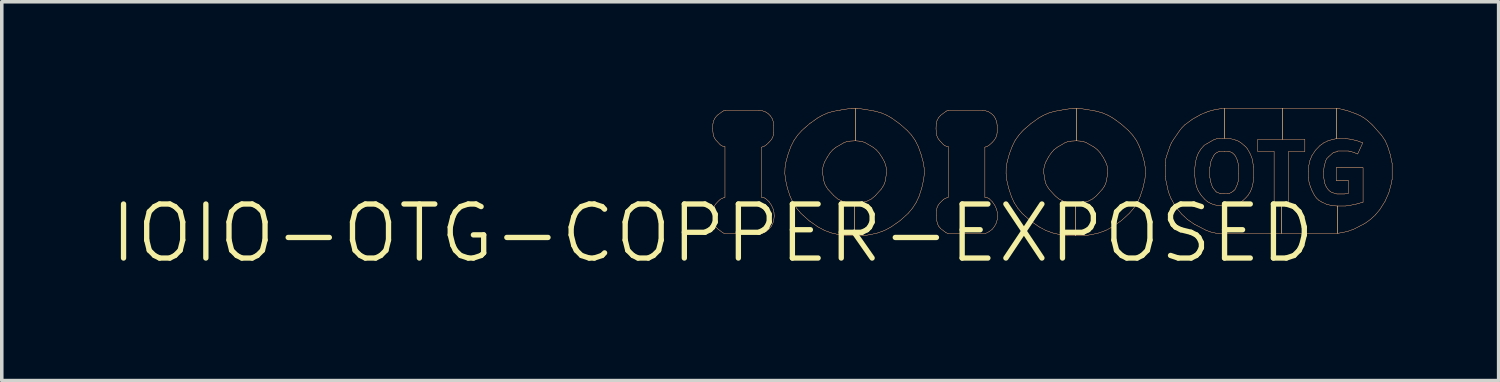
<source format=kicad_pcb>
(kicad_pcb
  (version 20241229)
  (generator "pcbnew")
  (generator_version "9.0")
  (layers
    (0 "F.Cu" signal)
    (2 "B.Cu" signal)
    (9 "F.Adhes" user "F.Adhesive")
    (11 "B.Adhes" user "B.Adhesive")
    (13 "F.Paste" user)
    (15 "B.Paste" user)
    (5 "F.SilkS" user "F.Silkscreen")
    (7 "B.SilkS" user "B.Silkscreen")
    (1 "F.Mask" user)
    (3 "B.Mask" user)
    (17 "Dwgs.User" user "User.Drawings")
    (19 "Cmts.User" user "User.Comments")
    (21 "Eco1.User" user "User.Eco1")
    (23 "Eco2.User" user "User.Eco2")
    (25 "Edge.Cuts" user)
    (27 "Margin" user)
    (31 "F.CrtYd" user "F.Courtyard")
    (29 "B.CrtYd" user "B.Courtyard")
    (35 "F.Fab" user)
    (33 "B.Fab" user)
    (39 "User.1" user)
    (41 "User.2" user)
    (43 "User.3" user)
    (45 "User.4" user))
  (footprint "IOIO-OTG-COPPER-EXPOSED"
    (layer "F.Cu")
    (at 17.054 3.532)
    (property "Reference" "IOIO-OTG-COPPER-EXPOSED" (at 0 0 0) (layer "F.SilkS") (effects (font (size 1.524 1.524) (thickness 0.15))))
    (attr exclude_from_pos_files exclude_from_bom)
    (fp_line (start 0 -2.949) (end 0.008 -3.086) (stroke (width 0.008) (type solid)) (layer "F.Cu"))
    (fp_line (start 0.008 -3.086) (end 0.03 -3.18) (stroke (width 0.008) (type solid)) (layer "F.Cu"))
    (fp_line (start 0.013 -2.812) (end 0 -2.949) (stroke (width 0.008) (type solid)) (layer "F.Cu"))
    (fp_line (start 0.013 -0.498) (end 0.018 -0.65) (stroke (width 0.008) (type solid)) (layer "F.Cu"))
    (fp_line (start 0.018 -0.65) (end 0.03 -0.721) (stroke (width 0.008) (type solid)) (layer "F.Cu"))
    (fp_line (start 0.025 -2.748) (end 0.013 -2.812) (stroke (width 0.008) (type solid)) (layer "F.Cu"))
    (fp_line (start 0.025 -0.348) (end 0.013 -0.498) (stroke (width 0.008) (type solid)) (layer "F.Cu"))
    (fp_line (start 0.03 -3.18) (end 0.074 -3.264) (stroke (width 0.008) (type solid)) (layer "F.Cu"))
    (fp_line (start 0.03 -0.721) (end 0.058 -0.785) (stroke (width 0.008) (type solid)) (layer "F.Cu"))
    (fp_line (start 0.046 -0.264) (end 0.025 -0.348) (stroke (width 0.008) (type solid)) (layer "F.Cu"))
    (fp_line (start 0.051 -2.69) (end 0.025 -2.748) (stroke (width 0.008) (type solid)) (layer "F.Cu"))
    (fp_line (start 0.058 -0.785) (end 0.099 -0.843) (stroke (width 0.008) (type solid)) (layer "F.Cu"))
    (fp_line (start 0.074 -3.264) (end 0.137 -3.335) (stroke (width 0.008) (type solid)) (layer "F.Cu"))
    (fp_line (start 0.084 -0.191) (end 0.046 -0.264) (stroke (width 0.008) (type solid)) (layer "F.Cu"))
    (fp_line (start 0.089 -2.634) (end 0.051 -2.69) (stroke (width 0.008) (type solid)) (layer "F.Cu"))
    (fp_line (start 0.099 -0.843) (end 0.188 -0.935) (stroke (width 0.008) (type solid)) (layer "F.Cu"))
    (fp_line (start 0.137 -3.335) (end 0.277 -3.437) (stroke (width 0.008) (type solid)) (layer "F.Cu"))
    (fp_line (start 0.14 -0.127) (end 0.084 -0.191) (stroke (width 0.008) (type solid)) (layer "F.Cu"))
    (fp_line (start 0.188 -0.935) (end 0.226 -0.965) (stroke (width 0.008) (type solid)) (layer "F.Cu"))
    (fp_line (start 0.213 -2.499) (end 0.089 -2.634) (stroke (width 0.008) (type solid)) (layer "F.Cu"))
    (fp_line (start 0.226 -0.965) (end 0.267 -0.986) (stroke (width 0.008) (type solid)) (layer "F.Cu"))
    (fp_line (start 0.249 -2.474) (end 0.213 -2.499) (stroke (width 0.008) (type solid)) (layer "F.Cu"))
    (fp_line (start 0.267 -0.986) (end 0.328 -1.011) (stroke (width 0.008) (type solid)) (layer "F.Cu"))
    (fp_line (start 0.277 -3.437) (end 0.295 -3.449) (stroke (width 0.008) (type solid)) (layer "F.Cu"))
    (fp_line (start 0.282 -0.02) (end 0.14 -0.127) (stroke (width 0.008) (type solid)) (layer "F.Cu"))
    (fp_line (start 0.292 -2.456) (end 0.249 -2.474) (stroke (width 0.008) (type solid)) (layer "F.Cu"))
    (fp_line (start 0.295 -3.449) (end 0.315 -3.457) (stroke (width 0.008) (type solid)) (layer "F.Cu"))
    (fp_line (start 0.312 -0.005) (end 0.282 -0.02) (stroke (width 0.008) (type solid)) (layer "F.Cu"))
    (fp_line (start 0.315 -3.457) (end 0.351 -3.465) (stroke (width 0.008) (type solid)) (layer "F.Cu"))
    (fp_line (start 0.328 -1.011) (end 0.348 -1.016) (stroke (width 0.008) (type solid)) (layer "F.Cu"))
    (fp_line (start 0.348 -2.443) (end 0.292 -2.456) (stroke (width 0.008) (type solid)) (layer "F.Cu"))
    (fp_line (start 0.348 -2.441) (end 0.348 -2.443) (stroke (width 0.008) (type solid)) (layer "F.Cu"))
    (fp_line (start 0.348 -1.016) (end 0.348 -2.441) (stroke (width 0.008) (type solid)) (layer "F.Cu"))
    (fp_line (start 0.348 0) (end 0.312 -0.005) (stroke (width 0.008) (type solid)) (layer "F.Cu"))
    (fp_line (start 0.351 -3.465) (end 0.366 -3.467) (stroke (width 0.008) (type solid)) (layer "F.Cu"))
    (fp_line (start 0.366 -3.467) (end 1.306 -3.467) (stroke (width 0.008) (type solid)) (layer "F.Cu"))
    (fp_line (start 1.306 -3.467) (end 1.4 -3.457) (stroke (width 0.008) (type solid)) (layer "F.Cu"))
    (fp_line (start 1.382 -2.431) (end 1.382 -1.013) (stroke (width 0.008) (type solid)) (layer "F.Cu"))
    (fp_line (start 1.382 -1.013) (end 1.392 -1.013) (stroke (width 0.008) (type solid)) (layer "F.Cu"))
    (fp_line (start 1.392 -1.013) (end 1.43 -1.008) (stroke (width 0.008) (type solid)) (layer "F.Cu"))
    (fp_line (start 1.4 -3.457) (end 1.488 -3.426) (stroke (width 0.008) (type solid)) (layer "F.Cu"))
    (fp_line (start 1.407 -2.438) (end 1.382 -2.431) (stroke (width 0.008) (type solid)) (layer "F.Cu"))
    (fp_line (start 1.407 0) (end 0.348 0) (stroke (width 0.008) (type solid)) (layer "F.Cu"))
    (fp_line (start 1.43 -1.008) (end 1.468 -0.996) (stroke (width 0.008) (type solid)) (layer "F.Cu"))
    (fp_line (start 1.463 -2.461) (end 1.407 -2.438) (stroke (width 0.008) (type solid)) (layer "F.Cu"))
    (fp_line (start 1.468 -0.996) (end 1.501 -0.975) (stroke (width 0.008) (type solid)) (layer "F.Cu"))
    (fp_line (start 1.488 -3.426) (end 1.567 -3.376) (stroke (width 0.008) (type solid)) (layer "F.Cu"))
    (fp_line (start 1.501 -0.975) (end 1.59 -0.892) (stroke (width 0.008) (type solid)) (layer "F.Cu"))
    (fp_line (start 1.501 -0.048) (end 1.407 0) (stroke (width 0.008) (type solid)) (layer "F.Cu"))
    (fp_line (start 1.511 -2.494) (end 1.463 -2.461) (stroke (width 0.008) (type solid)) (layer "F.Cu"))
    (fp_line (start 1.567 -3.376) (end 1.633 -3.31) (stroke (width 0.008) (type solid)) (layer "F.Cu"))
    (fp_line (start 1.582 -0.112) (end 1.501 -0.048) (stroke (width 0.008) (type solid)) (layer "F.Cu"))
    (fp_line (start 1.587 -2.565) (end 1.511 -2.494) (stroke (width 0.008) (type solid)) (layer "F.Cu"))
    (fp_line (start 1.59 -0.892) (end 1.659 -0.792) (stroke (width 0.008) (type solid)) (layer "F.Cu"))
    (fp_line (start 1.633 -3.31) (end 1.684 -3.228) (stroke (width 0.008) (type solid)) (layer "F.Cu"))
    (fp_line (start 1.651 -0.193) (end 1.582 -0.112) (stroke (width 0.008) (type solid)) (layer "F.Cu"))
    (fp_line (start 1.656 -2.642) (end 1.587 -2.565) (stroke (width 0.008) (type solid)) (layer "F.Cu"))
    (fp_line (start 1.659 -0.792) (end 1.709 -0.683) (stroke (width 0.008) (type solid)) (layer "F.Cu"))
    (fp_line (start 1.684 -3.228) (end 1.714 -3.139) (stroke (width 0.008) (type solid)) (layer "F.Cu"))
    (fp_line (start 1.694 -2.708) (end 1.656 -2.642) (stroke (width 0.008) (type solid)) (layer "F.Cu"))
    (fp_line (start 1.699 -0.284) (end 1.651 -0.193) (stroke (width 0.008) (type solid)) (layer "F.Cu"))
    (fp_line (start 1.709 -0.683) (end 1.73 -0.592) (stroke (width 0.008) (type solid)) (layer "F.Cu"))
    (fp_line (start 1.714 -3.139) (end 1.725 -3.048) (stroke (width 0.008) (type solid)) (layer "F.Cu"))
    (fp_line (start 1.717 -2.779) (end 1.694 -2.708) (stroke (width 0.008) (type solid)) (layer "F.Cu"))
    (fp_line (start 1.725 -3.048) (end 1.725 -2.852) (stroke (width 0.008) (type solid)) (layer "F.Cu"))
    (fp_line (start 1.725 -2.852) (end 1.717 -2.779) (stroke (width 0.008) (type solid)) (layer "F.Cu"))
    (fp_line (start 1.727 -0.386) (end 1.699 -0.284) (stroke (width 0.008) (type solid)) (layer "F.Cu"))
    (fp_line (start 1.73 -0.592) (end 1.737 -0.488) (stroke (width 0.008) (type solid)) (layer "F.Cu"))
    (fp_line (start 1.737 -0.488) (end 1.727 -0.386) (stroke (width 0.008) (type solid)) (layer "F.Cu"))
    (fp_line (start 2.037 -1.687) (end 2.042 -1.849) (stroke (width 0.008) (type solid)) (layer "F.Cu"))
    (fp_line (start 2.042 -1.849) (end 2.068 -2.012) (stroke (width 0.008) (type solid)) (layer "F.Cu"))
    (fp_line (start 2.055 -1.521) (end 2.037 -1.687) (stroke (width 0.008) (type solid)) (layer "F.Cu"))
    (fp_line (start 2.068 -2.012) (end 2.129 -2.235) (stroke (width 0.008) (type solid)) (layer "F.Cu"))
    (fp_line (start 2.108 -1.278) (end 2.055 -1.521) (stroke (width 0.008) (type solid)) (layer "F.Cu"))
    (fp_line (start 2.129 -2.235) (end 2.21 -2.454) (stroke (width 0.008) (type solid)) (layer "F.Cu"))
    (fp_line (start 2.187 -1.039) (end 2.108 -1.278) (stroke (width 0.008) (type solid)) (layer "F.Cu"))
    (fp_line (start 2.21 -2.454) (end 2.294 -2.619) (stroke (width 0.008) (type solid)) (layer "F.Cu"))
    (fp_line (start 2.268 -0.866) (end 2.187 -1.039) (stroke (width 0.008) (type solid)) (layer "F.Cu"))
    (fp_line (start 2.294 -2.619) (end 2.398 -2.769) (stroke (width 0.008) (type solid)) (layer "F.Cu"))
    (fp_line (start 2.37 -0.706) (end 2.268 -0.866) (stroke (width 0.008) (type solid)) (layer "F.Cu"))
    (fp_line (start 2.398 -2.769) (end 2.522 -2.906) (stroke (width 0.008) (type solid)) (layer "F.Cu"))
    (fp_line (start 2.494 -0.561) (end 2.37 -0.706) (stroke (width 0.008) (type solid)) (layer "F.Cu"))
    (fp_line (start 2.522 -2.906) (end 2.731 -3.089) (stroke (width 0.008) (type solid)) (layer "F.Cu"))
    (fp_line (start 2.72 -0.356) (end 2.494 -0.561) (stroke (width 0.008) (type solid)) (layer "F.Cu"))
    (fp_line (start 2.731 -3.089) (end 2.957 -3.251) (stroke (width 0.008) (type solid)) (layer "F.Cu"))
    (fp_line (start 2.957 -3.251) (end 3.099 -3.332) (stroke (width 0.008) (type solid)) (layer "F.Cu"))
    (fp_line (start 2.972 -0.18) (end 2.72 -0.356) (stroke (width 0.008) (type solid)) (layer "F.Cu"))
    (fp_line (start 3.099 -3.332) (end 3.249 -3.396) (stroke (width 0.008) (type solid)) (layer "F.Cu"))
    (fp_line (start 3.101 -1.808) (end 3.101 -1.702) (stroke (width 0.008) (type solid)) (layer "F.Cu"))
    (fp_line (start 3.101 -1.702) (end 3.137 -1.481) (stroke (width 0.008) (type solid)) (layer "F.Cu"))
    (fp_line (start 3.122 -1.915) (end 3.101 -1.808) (stroke (width 0.008) (type solid)) (layer "F.Cu"))
    (fp_line (start 3.137 -1.481) (end 3.162 -1.394) (stroke (width 0.008) (type solid)) (layer "F.Cu"))
    (fp_line (start 3.157 -0.081) (end 2.972 -0.18) (stroke (width 0.008) (type solid)) (layer "F.Cu"))
    (fp_line (start 3.16 -2.014) (end 3.122 -1.915) (stroke (width 0.008) (type solid)) (layer "F.Cu"))
    (fp_line (start 3.162 -1.394) (end 3.203 -1.316) (stroke (width 0.008) (type solid)) (layer "F.Cu"))
    (fp_line (start 3.203 -1.316) (end 3.254 -1.242) (stroke (width 0.008) (type solid)) (layer "F.Cu"))
    (fp_line (start 3.231 -2.144) (end 3.16 -2.014) (stroke (width 0.008) (type solid)) (layer "F.Cu"))
    (fp_line (start 3.249 -3.396) (end 3.406 -3.442) (stroke (width 0.008) (type solid)) (layer "F.Cu"))
    (fp_line (start 3.254 -1.242) (end 3.424 -1.057) (stroke (width 0.008) (type solid)) (layer "F.Cu"))
    (fp_line (start 3.31 -2.266) (end 3.231 -2.144) (stroke (width 0.008) (type solid)) (layer "F.Cu"))
    (fp_line (start 3.353 -0.01) (end 3.157 -0.081) (stroke (width 0.008) (type solid)) (layer "F.Cu"))
    (fp_line (start 3.386 -2.352) (end 3.31 -2.266) (stroke (width 0.008) (type solid)) (layer "F.Cu"))
    (fp_line (start 3.406 -3.442) (end 3.721 -3.498) (stroke (width 0.008) (type solid)) (layer "F.Cu"))
    (fp_line (start 3.424 -1.057) (end 3.531 -0.968) (stroke (width 0.008) (type solid)) (layer "F.Cu"))
    (fp_line (start 3.477 -2.426) (end 3.386 -2.352) (stroke (width 0.008) (type solid)) (layer "F.Cu"))
    (fp_line (start 3.531 -0.968) (end 3.655 -0.907) (stroke (width 0.008) (type solid)) (layer "F.Cu"))
    (fp_line (start 3.556 0.036) (end 3.353 -0.01) (stroke (width 0.008) (type solid)) (layer "F.Cu"))
    (fp_line (start 3.655 -0.907) (end 3.884 -0.841) (stroke (width 0.008) (type solid)) (layer "F.Cu"))
    (fp_line (start 3.698 -2.553) (end 3.477 -2.426) (stroke (width 0.008) (type solid)) (layer "F.Cu"))
    (fp_line (start 3.721 -3.498) (end 3.909 -3.523) (stroke (width 0.008) (type solid)) (layer "F.Cu"))
    (fp_line (start 3.769 0.069) (end 3.556 0.036) (stroke (width 0.008) (type solid)) (layer "F.Cu"))
    (fp_line (start 3.78 -2.586) (end 3.698 -2.553) (stroke (width 0.008) (type solid)) (layer "F.Cu"))
    (fp_line (start 3.868 -2.601) (end 3.78 -2.586) (stroke (width 0.008) (type solid)) (layer "F.Cu"))
    (fp_line (start 3.884 -0.841) (end 4.006 -0.826) (stroke (width 0.008) (type solid)) (layer "F.Cu"))
    (fp_line (start 3.909 -3.523) (end 4.023 -3.523) (stroke (width 0.008) (type solid)) (layer "F.Cu"))
    (fp_line (start 4.003 -0.826) (end 4.003 0.069) (stroke (width 0.008) (type solid)) (layer "F.Cu"))
    (fp_line (start 4.003 0.069) (end 4.239 0.069) (stroke (width 0.008) (type solid)) (layer "F.Cu"))
    (fp_line (start 4.006 -0.826) (end 4.006 0.069) (stroke (width 0.008) (type solid)) (layer "F.Cu"))
    (fp_line (start 4.006 0.069) (end 3.769 0.069) (stroke (width 0.008) (type solid)) (layer "F.Cu"))
    (fp_line (start 4.023 -3.523) (end 4.023 -2.609) (stroke (width 0.008) (type solid)) (layer "F.Cu"))
    (fp_line (start 4.023 -2.609) (end 3.868 -2.601) (stroke (width 0.008) (type solid)) (layer "F.Cu"))
    (fp_line (start 4.026 -3.523) (end 4.026 -2.609) (stroke (width 0.008) (type solid)) (layer "F.Cu"))
    (fp_line (start 4.026 -2.609) (end 4.14 -2.601) (stroke (width 0.008) (type solid)) (layer "F.Cu"))
    (fp_line (start 4.097 -3.523) (end 4.026 -3.523) (stroke (width 0.008) (type solid)) (layer "F.Cu"))
    (fp_line (start 4.125 -0.841) (end 4.003 -0.826) (stroke (width 0.008) (type solid)) (layer "F.Cu"))
    (fp_line (start 4.14 -2.601) (end 4.227 -2.586) (stroke (width 0.008) (type solid)) (layer "F.Cu"))
    (fp_line (start 4.227 -2.586) (end 4.31 -2.553) (stroke (width 0.008) (type solid)) (layer "F.Cu"))
    (fp_line (start 4.239 0.069) (end 4.453 0.036) (stroke (width 0.008) (type solid)) (layer "F.Cu"))
    (fp_line (start 4.285 -3.498) (end 4.097 -3.523) (stroke (width 0.008) (type solid)) (layer "F.Cu"))
    (fp_line (start 4.31 -2.553) (end 4.529 -2.426) (stroke (width 0.008) (type solid)) (layer "F.Cu"))
    (fp_line (start 4.354 -0.907) (end 4.125 -0.841) (stroke (width 0.008) (type solid)) (layer "F.Cu"))
    (fp_line (start 4.453 0.036) (end 4.656 -0.01) (stroke (width 0.008) (type solid)) (layer "F.Cu"))
    (fp_line (start 4.478 -0.968) (end 4.354 -0.907) (stroke (width 0.008) (type solid)) (layer "F.Cu"))
    (fp_line (start 4.529 -2.426) (end 4.62 -2.352) (stroke (width 0.008) (type solid)) (layer "F.Cu"))
    (fp_line (start 4.585 -1.057) (end 4.478 -0.968) (stroke (width 0.008) (type solid)) (layer "F.Cu"))
    (fp_line (start 4.6 -3.442) (end 4.285 -3.498) (stroke (width 0.008) (type solid)) (layer "F.Cu"))
    (fp_line (start 4.62 -2.352) (end 4.696 -2.266) (stroke (width 0.008) (type solid)) (layer "F.Cu"))
    (fp_line (start 4.656 -0.01) (end 4.851 -0.081) (stroke (width 0.008) (type solid)) (layer "F.Cu"))
    (fp_line (start 4.696 -2.266) (end 4.778 -2.144) (stroke (width 0.008) (type solid)) (layer "F.Cu"))
    (fp_line (start 4.752 -1.242) (end 4.585 -1.057) (stroke (width 0.008) (type solid)) (layer "F.Cu"))
    (fp_line (start 4.757 -3.396) (end 4.6 -3.442) (stroke (width 0.008) (type solid)) (layer "F.Cu"))
    (fp_line (start 4.778 -2.144) (end 4.849 -2.014) (stroke (width 0.008) (type solid)) (layer "F.Cu"))
    (fp_line (start 4.803 -1.316) (end 4.752 -1.242) (stroke (width 0.008) (type solid)) (layer "F.Cu"))
    (fp_line (start 4.844 -1.394) (end 4.803 -1.316) (stroke (width 0.008) (type solid)) (layer "F.Cu"))
    (fp_line (start 4.849 -2.014) (end 4.884 -1.915) (stroke (width 0.008) (type solid)) (layer "F.Cu"))
    (fp_line (start 4.851 -0.081) (end 5.034 -0.18) (stroke (width 0.008) (type solid)) (layer "F.Cu"))
    (fp_line (start 4.872 -1.481) (end 4.844 -1.394) (stroke (width 0.008) (type solid)) (layer "F.Cu"))
    (fp_line (start 4.884 -1.915) (end 4.905 -1.808) (stroke (width 0.008) (type solid)) (layer "F.Cu"))
    (fp_line (start 4.905 -1.808) (end 4.905 -1.702) (stroke (width 0.008) (type solid)) (layer "F.Cu"))
    (fp_line (start 4.905 -1.702) (end 4.872 -1.481) (stroke (width 0.008) (type solid)) (layer "F.Cu"))
    (fp_line (start 4.91 -3.332) (end 4.757 -3.396) (stroke (width 0.008) (type solid)) (layer "F.Cu"))
    (fp_line (start 5.034 -0.18) (end 5.286 -0.356) (stroke (width 0.008) (type solid)) (layer "F.Cu"))
    (fp_line (start 5.052 -3.251) (end 4.91 -3.332) (stroke (width 0.008) (type solid)) (layer "F.Cu"))
    (fp_line (start 5.276 -3.089) (end 5.052 -3.251) (stroke (width 0.008) (type solid)) (layer "F.Cu"))
    (fp_line (start 5.286 -0.356) (end 5.514 -0.561) (stroke (width 0.008) (type solid)) (layer "F.Cu"))
    (fp_line (start 5.486 -2.906) (end 5.276 -3.089) (stroke (width 0.008) (type solid)) (layer "F.Cu"))
    (fp_line (start 5.514 -0.561) (end 5.636 -0.706) (stroke (width 0.008) (type solid)) (layer "F.Cu"))
    (fp_line (start 5.611 -2.769) (end 5.486 -2.906) (stroke (width 0.008) (type solid)) (layer "F.Cu"))
    (fp_line (start 5.636 -0.706) (end 5.74 -0.866) (stroke (width 0.008) (type solid)) (layer "F.Cu"))
    (fp_line (start 5.715 -2.619) (end 5.611 -2.769) (stroke (width 0.008) (type solid)) (layer "F.Cu"))
    (fp_line (start 5.74 -0.866) (end 5.822 -1.039) (stroke (width 0.008) (type solid)) (layer "F.Cu"))
    (fp_line (start 5.799 -2.454) (end 5.715 -2.619) (stroke (width 0.008) (type solid)) (layer "F.Cu"))
    (fp_line (start 5.822 -1.039) (end 5.9 -1.278) (stroke (width 0.008) (type solid)) (layer "F.Cu"))
    (fp_line (start 5.878 -2.235) (end 5.799 -2.454) (stroke (width 0.008) (type solid)) (layer "F.Cu"))
    (fp_line (start 5.9 -1.278) (end 5.954 -1.521) (stroke (width 0.008) (type solid)) (layer "F.Cu"))
    (fp_line (start 5.939 -2.012) (end 5.878 -2.235) (stroke (width 0.008) (type solid)) (layer "F.Cu"))
    (fp_line (start 5.954 -1.521) (end 5.972 -1.687) (stroke (width 0.008) (type solid)) (layer "F.Cu"))
    (fp_line (start 5.966 -1.849) (end 5.939 -2.012) (stroke (width 0.008) (type solid)) (layer "F.Cu"))
    (fp_line (start 5.972 -1.687) (end 5.966 -1.849) (stroke (width 0.008) (type solid)) (layer "F.Cu"))
    (fp_line (start 6.302 -2.949) (end 6.307 -3.086) (stroke (width 0.008) (type solid)) (layer "F.Cu"))
    (fp_line (start 6.307 -3.086) (end 6.33 -3.18) (stroke (width 0.008) (type solid)) (layer "F.Cu"))
    (fp_line (start 6.312 -2.812) (end 6.302 -2.949) (stroke (width 0.008) (type solid)) (layer "F.Cu"))
    (fp_line (start 6.314 -0.498) (end 6.317 -0.65) (stroke (width 0.008) (type solid)) (layer "F.Cu"))
    (fp_line (start 6.317 -0.65) (end 6.33 -0.721) (stroke (width 0.008) (type solid)) (layer "F.Cu"))
    (fp_line (start 6.325 -0.348) (end 6.314 -0.498) (stroke (width 0.008) (type solid)) (layer "F.Cu"))
    (fp_line (start 6.327 -2.748) (end 6.312 -2.812) (stroke (width 0.008) (type solid)) (layer "F.Cu"))
    (fp_line (start 6.33 -3.18) (end 6.375 -3.264) (stroke (width 0.008) (type solid)) (layer "F.Cu"))
    (fp_line (start 6.33 -0.721) (end 6.358 -0.785) (stroke (width 0.008) (type solid)) (layer "F.Cu"))
    (fp_line (start 6.345 -0.264) (end 6.325 -0.348) (stroke (width 0.008) (type solid)) (layer "F.Cu"))
    (fp_line (start 6.353 -2.69) (end 6.327 -2.748) (stroke (width 0.008) (type solid)) (layer "F.Cu"))
    (fp_line (start 6.358 -0.785) (end 6.398 -0.843) (stroke (width 0.008) (type solid)) (layer "F.Cu"))
    (fp_line (start 6.375 -3.264) (end 6.439 -3.335) (stroke (width 0.008) (type solid)) (layer "F.Cu"))
    (fp_line (start 6.383 -0.191) (end 6.345 -0.264) (stroke (width 0.008) (type solid)) (layer "F.Cu"))
    (fp_line (start 6.388 -2.634) (end 6.353 -2.69) (stroke (width 0.008) (type solid)) (layer "F.Cu"))
    (fp_line (start 6.398 -0.843) (end 6.49 -0.935) (stroke (width 0.008) (type solid)) (layer "F.Cu"))
    (fp_line (start 6.439 -3.335) (end 6.579 -3.437) (stroke (width 0.008) (type solid)) (layer "F.Cu"))
    (fp_line (start 6.439 -0.127) (end 6.383 -0.191) (stroke (width 0.008) (type solid)) (layer "F.Cu"))
    (fp_line (start 6.49 -0.935) (end 6.525 -0.965) (stroke (width 0.008) (type solid)) (layer "F.Cu"))
    (fp_line (start 6.513 -2.499) (end 6.388 -2.634) (stroke (width 0.008) (type solid)) (layer "F.Cu"))
    (fp_line (start 6.525 -0.965) (end 6.568 -0.986) (stroke (width 0.008) (type solid)) (layer "F.Cu"))
    (fp_line (start 6.551 -2.474) (end 6.513 -2.499) (stroke (width 0.008) (type solid)) (layer "F.Cu"))
    (fp_line (start 6.568 -0.986) (end 6.627 -1.011) (stroke (width 0.008) (type solid)) (layer "F.Cu"))
    (fp_line (start 6.579 -3.437) (end 6.596 -3.449) (stroke (width 0.008) (type solid)) (layer "F.Cu"))
    (fp_line (start 6.581 -0.02) (end 6.439 -0.127) (stroke (width 0.008) (type solid)) (layer "F.Cu"))
    (fp_line (start 6.591 -2.456) (end 6.551 -2.474) (stroke (width 0.008) (type solid)) (layer "F.Cu"))
    (fp_line (start 6.596 -3.449) (end 6.614 -3.457) (stroke (width 0.008) (type solid)) (layer "F.Cu"))
    (fp_line (start 6.614 -3.457) (end 6.65 -3.465) (stroke (width 0.008) (type solid)) (layer "F.Cu"))
    (fp_line (start 6.614 -0.005) (end 6.581 -0.02) (stroke (width 0.008) (type solid)) (layer "F.Cu"))
    (fp_line (start 6.627 -1.011) (end 6.647 -1.016) (stroke (width 0.008) (type solid)) (layer "F.Cu"))
    (fp_line (start 6.647 -2.443) (end 6.591 -2.456) (stroke (width 0.008) (type solid)) (layer "F.Cu"))
    (fp_line (start 6.647 -2.441) (end 6.647 -2.443) (stroke (width 0.008) (type solid)) (layer "F.Cu"))
    (fp_line (start 6.647 -1.016) (end 6.647 -2.441) (stroke (width 0.008) (type solid)) (layer "F.Cu"))
    (fp_line (start 6.647 0) (end 6.614 -0.005) (stroke (width 0.008) (type solid)) (layer "F.Cu"))
    (fp_line (start 6.65 -3.465) (end 6.665 -3.467) (stroke (width 0.008) (type solid)) (layer "F.Cu"))
    (fp_line (start 6.665 -3.467) (end 7.605 -3.467) (stroke (width 0.008) (type solid)) (layer "F.Cu"))
    (fp_line (start 7.605 -3.467) (end 7.699 -3.457) (stroke (width 0.008) (type solid)) (layer "F.Cu"))
    (fp_line (start 7.681 -2.431) (end 7.681 -1.013) (stroke (width 0.008) (type solid)) (layer "F.Cu"))
    (fp_line (start 7.681 -1.013) (end 7.691 -1.013) (stroke (width 0.008) (type solid)) (layer "F.Cu"))
    (fp_line (start 7.691 -1.013) (end 7.732 -1.008) (stroke (width 0.008) (type solid)) (layer "F.Cu"))
    (fp_line (start 7.699 -3.457) (end 7.788 -3.426) (stroke (width 0.008) (type solid)) (layer "F.Cu"))
    (fp_line (start 7.706 -2.438) (end 7.681 -2.431) (stroke (width 0.008) (type solid)) (layer "F.Cu"))
    (fp_line (start 7.706 0) (end 6.647 0) (stroke (width 0.008) (type solid)) (layer "F.Cu"))
    (fp_line (start 7.732 -1.008) (end 7.767 -0.996) (stroke (width 0.008) (type solid)) (layer "F.Cu"))
    (fp_line (start 7.762 -2.461) (end 7.706 -2.438) (stroke (width 0.008) (type solid)) (layer "F.Cu"))
    (fp_line (start 7.767 -0.996) (end 7.803 -0.975) (stroke (width 0.008) (type solid)) (layer "F.Cu"))
    (fp_line (start 7.788 -3.426) (end 7.866 -3.376) (stroke (width 0.008) (type solid)) (layer "F.Cu"))
    (fp_line (start 7.8 -0.048) (end 7.706 0) (stroke (width 0.008) (type solid)) (layer "F.Cu"))
    (fp_line (start 7.803 -0.975) (end 7.889 -0.892) (stroke (width 0.008) (type solid)) (layer "F.Cu"))
    (fp_line (start 7.811 -2.494) (end 7.762 -2.461) (stroke (width 0.008) (type solid)) (layer "F.Cu"))
    (fp_line (start 7.866 -3.376) (end 7.935 -3.31) (stroke (width 0.008) (type solid)) (layer "F.Cu"))
    (fp_line (start 7.884 -0.112) (end 7.8 -0.048) (stroke (width 0.008) (type solid)) (layer "F.Cu"))
    (fp_line (start 7.889 -2.565) (end 7.811 -2.494) (stroke (width 0.008) (type solid)) (layer "F.Cu"))
    (fp_line (start 7.889 -0.892) (end 7.96 -0.792) (stroke (width 0.008) (type solid)) (layer "F.Cu"))
    (fp_line (start 7.935 -3.31) (end 7.983 -3.228) (stroke (width 0.008) (type solid)) (layer "F.Cu"))
    (fp_line (start 7.95 -0.193) (end 7.884 -0.112) (stroke (width 0.008) (type solid)) (layer "F.Cu"))
    (fp_line (start 7.955 -2.642) (end 7.889 -2.565) (stroke (width 0.008) (type solid)) (layer "F.Cu"))
    (fp_line (start 7.96 -0.792) (end 8.009 -0.683) (stroke (width 0.008) (type solid)) (layer "F.Cu"))
    (fp_line (start 7.983 -3.228) (end 8.016 -3.139) (stroke (width 0.008) (type solid)) (layer "F.Cu"))
    (fp_line (start 7.993 -2.708) (end 7.955 -2.642) (stroke (width 0.008) (type solid)) (layer "F.Cu"))
    (fp_line (start 7.998 -0.284) (end 7.95 -0.193) (stroke (width 0.008) (type solid)) (layer "F.Cu"))
    (fp_line (start 8.009 -0.683) (end 8.031 -0.592) (stroke (width 0.008) (type solid)) (layer "F.Cu"))
    (fp_line (start 8.016 -3.139) (end 8.026 -3.048) (stroke (width 0.008) (type solid)) (layer "F.Cu"))
    (fp_line (start 8.019 -2.779) (end 7.993 -2.708) (stroke (width 0.008) (type solid)) (layer "F.Cu"))
    (fp_line (start 8.026 -3.048) (end 8.026 -2.852) (stroke (width 0.008) (type solid)) (layer "F.Cu"))
    (fp_line (start 8.026 -2.852) (end 8.019 -2.779) (stroke (width 0.008) (type solid)) (layer "F.Cu"))
    (fp_line (start 8.029 -0.386) (end 7.998 -0.284) (stroke (width 0.008) (type solid)) (layer "F.Cu"))
    (fp_line (start 8.031 -0.592) (end 8.037 -0.488) (stroke (width 0.008) (type solid)) (layer "F.Cu"))
    (fp_line (start 8.037 -0.488) (end 8.029 -0.386) (stroke (width 0.008) (type solid)) (layer "F.Cu"))
    (fp_line (start 8.278 -1.687) (end 8.28 -1.849) (stroke (width 0.008) (type solid)) (layer "F.Cu"))
    (fp_line (start 8.28 -1.849) (end 8.308 -2.012) (stroke (width 0.008) (type solid)) (layer "F.Cu"))
    (fp_line (start 8.293 -1.521) (end 8.278 -1.687) (stroke (width 0.008) (type solid)) (layer "F.Cu"))
    (fp_line (start 8.308 -2.012) (end 8.369 -2.235) (stroke (width 0.008) (type solid)) (layer "F.Cu"))
    (fp_line (start 8.349 -1.278) (end 8.293 -1.521) (stroke (width 0.008) (type solid)) (layer "F.Cu"))
    (fp_line (start 8.369 -2.235) (end 8.451 -2.454) (stroke (width 0.008) (type solid)) (layer "F.Cu"))
    (fp_line (start 8.428 -1.039) (end 8.349 -1.278) (stroke (width 0.008) (type solid)) (layer "F.Cu"))
    (fp_line (start 8.451 -2.454) (end 8.532 -2.619) (stroke (width 0.008) (type solid)) (layer "F.Cu"))
    (fp_line (start 8.506 -0.866) (end 8.428 -1.039) (stroke (width 0.008) (type solid)) (layer "F.Cu"))
    (fp_line (start 8.532 -2.619) (end 8.639 -2.769) (stroke (width 0.008) (type solid)) (layer "F.Cu"))
    (fp_line (start 8.611 -0.706) (end 8.506 -0.866) (stroke (width 0.008) (type solid)) (layer "F.Cu"))
    (fp_line (start 8.639 -2.769) (end 8.76 -2.906) (stroke (width 0.008) (type solid)) (layer "F.Cu"))
    (fp_line (start 8.733 -0.561) (end 8.611 -0.706) (stroke (width 0.008) (type solid)) (layer "F.Cu"))
    (fp_line (start 8.76 -2.906) (end 8.971 -3.089) (stroke (width 0.008) (type solid)) (layer "F.Cu"))
    (fp_line (start 8.961 -0.356) (end 8.733 -0.561) (stroke (width 0.008) (type solid)) (layer "F.Cu"))
    (fp_line (start 8.971 -3.089) (end 9.195 -3.251) (stroke (width 0.008) (type solid)) (layer "F.Cu"))
    (fp_line (start 9.195 -3.251) (end 9.337 -3.332) (stroke (width 0.008) (type solid)) (layer "F.Cu"))
    (fp_line (start 9.213 -0.18) (end 8.961 -0.356) (stroke (width 0.008) (type solid)) (layer "F.Cu"))
    (fp_line (start 9.337 -3.332) (end 9.489 -3.396) (stroke (width 0.008) (type solid)) (layer "F.Cu"))
    (fp_line (start 9.342 -1.808) (end 9.342 -1.702) (stroke (width 0.008) (type solid)) (layer "F.Cu"))
    (fp_line (start 9.342 -1.702) (end 9.378 -1.481) (stroke (width 0.008) (type solid)) (layer "F.Cu"))
    (fp_line (start 9.362 -1.915) (end 9.342 -1.808) (stroke (width 0.008) (type solid)) (layer "F.Cu"))
    (fp_line (start 9.378 -1.481) (end 9.403 -1.394) (stroke (width 0.008) (type solid)) (layer "F.Cu"))
    (fp_line (start 9.398 -0.081) (end 9.213 -0.18) (stroke (width 0.008) (type solid)) (layer "F.Cu"))
    (fp_line (start 9.401 -2.014) (end 9.362 -1.915) (stroke (width 0.008) (type solid)) (layer "F.Cu"))
    (fp_line (start 9.403 -1.394) (end 9.444 -1.316) (stroke (width 0.008) (type solid)) (layer "F.Cu"))
    (fp_line (start 9.444 -1.316) (end 9.495 -1.242) (stroke (width 0.008) (type solid)) (layer "F.Cu"))
    (fp_line (start 9.469 -2.144) (end 9.401 -2.014) (stroke (width 0.008) (type solid)) (layer "F.Cu"))
    (fp_line (start 9.489 -3.396) (end 9.647 -3.442) (stroke (width 0.008) (type solid)) (layer "F.Cu"))
    (fp_line (start 9.495 -1.242) (end 9.662 -1.057) (stroke (width 0.008) (type solid)) (layer "F.Cu"))
    (fp_line (start 9.55 -2.266) (end 9.469 -2.144) (stroke (width 0.008) (type solid)) (layer "F.Cu"))
    (fp_line (start 9.594 -0.01) (end 9.398 -0.081) (stroke (width 0.008) (type solid)) (layer "F.Cu"))
    (fp_line (start 9.627 -2.352) (end 9.55 -2.266) (stroke (width 0.008) (type solid)) (layer "F.Cu"))
    (fp_line (start 9.647 -3.442) (end 9.962 -3.498) (stroke (width 0.008) (type solid)) (layer "F.Cu"))
    (fp_line (start 9.662 -1.057) (end 9.771 -0.968) (stroke (width 0.008) (type solid)) (layer "F.Cu"))
    (fp_line (start 9.718 -2.426) (end 9.627 -2.352) (stroke (width 0.008) (type solid)) (layer "F.Cu"))
    (fp_line (start 9.771 -0.968) (end 9.896 -0.907) (stroke (width 0.008) (type solid)) (layer "F.Cu"))
    (fp_line (start 9.797 0.036) (end 9.594 -0.01) (stroke (width 0.008) (type solid)) (layer "F.Cu"))
    (fp_line (start 9.896 -0.907) (end 10.124 -0.841) (stroke (width 0.008) (type solid)) (layer "F.Cu"))
    (fp_line (start 9.936 -2.553) (end 9.718 -2.426) (stroke (width 0.008) (type solid)) (layer "F.Cu"))
    (fp_line (start 9.962 -3.498) (end 10.15 -3.523) (stroke (width 0.008) (type solid)) (layer "F.Cu"))
    (fp_line (start 10.008 0.069) (end 9.797 0.036) (stroke (width 0.008) (type solid)) (layer "F.Cu"))
    (fp_line (start 10.02 -2.586) (end 9.936 -2.553) (stroke (width 0.008) (type solid)) (layer "F.Cu"))
    (fp_line (start 10.107 -2.601) (end 10.02 -2.586) (stroke (width 0.008) (type solid)) (layer "F.Cu"))
    (fp_line (start 10.124 -0.841) (end 10.244 -0.826) (stroke (width 0.008) (type solid)) (layer "F.Cu"))
    (fp_line (start 10.15 -3.523) (end 10.262 -3.523) (stroke (width 0.008) (type solid)) (layer "F.Cu"))
    (fp_line (start 10.244 -0.826) (end 10.244 0.069) (stroke (width 0.008) (type solid)) (layer "F.Cu"))
    (fp_line (start 10.244 -0.826) (end 10.244 0.069) (stroke (width 0.008) (type solid)) (layer "F.Cu"))
    (fp_line (start 10.244 0.069) (end 10.008 0.069) (stroke (width 0.008) (type solid)) (layer "F.Cu"))
    (fp_line (start 10.244 0.069) (end 10.477 0.069) (stroke (width 0.008) (type solid)) (layer "F.Cu"))
    (fp_line (start 10.262 -3.523) (end 10.262 -2.609) (stroke (width 0.008) (type solid)) (layer "F.Cu"))
    (fp_line (start 10.262 -2.609) (end 10.107 -2.601) (stroke (width 0.008) (type solid)) (layer "F.Cu"))
    (fp_line (start 10.264 -3.523) (end 10.264 -2.609) (stroke (width 0.008) (type solid)) (layer "F.Cu"))
    (fp_line (start 10.264 -2.609) (end 10.381 -2.601) (stroke (width 0.008) (type solid)) (layer "F.Cu"))
    (fp_line (start 10.338 -3.523) (end 10.264 -3.523) (stroke (width 0.008) (type solid)) (layer "F.Cu"))
    (fp_line (start 10.363 -0.841) (end 10.244 -0.826) (stroke (width 0.008) (type solid)) (layer "F.Cu"))
    (fp_line (start 10.381 -2.601) (end 10.467 -2.586) (stroke (width 0.008) (type solid)) (layer "F.Cu"))
    (fp_line (start 10.467 -2.586) (end 10.549 -2.553) (stroke (width 0.008) (type solid)) (layer "F.Cu"))
    (fp_line (start 10.477 0.069) (end 10.691 0.036) (stroke (width 0.008) (type solid)) (layer "F.Cu"))
    (fp_line (start 10.526 -3.498) (end 10.338 -3.523) (stroke (width 0.008) (type solid)) (layer "F.Cu"))
    (fp_line (start 10.549 -2.553) (end 10.77 -2.426) (stroke (width 0.008) (type solid)) (layer "F.Cu"))
    (fp_line (start 10.592 -0.907) (end 10.363 -0.841) (stroke (width 0.008) (type solid)) (layer "F.Cu"))
    (fp_line (start 10.691 0.036) (end 10.894 -0.01) (stroke (width 0.008) (type solid)) (layer "F.Cu"))
    (fp_line (start 10.716 -0.968) (end 10.592 -0.907) (stroke (width 0.008) (type solid)) (layer "F.Cu"))
    (fp_line (start 10.77 -2.426) (end 10.861 -2.352) (stroke (width 0.008) (type solid)) (layer "F.Cu"))
    (fp_line (start 10.825 -1.057) (end 10.716 -0.968) (stroke (width 0.008) (type solid)) (layer "F.Cu"))
    (fp_line (start 10.841 -3.442) (end 10.526 -3.498) (stroke (width 0.008) (type solid)) (layer "F.Cu"))
    (fp_line (start 10.861 -2.352) (end 10.937 -2.266) (stroke (width 0.008) (type solid)) (layer "F.Cu"))
    (fp_line (start 10.894 -0.01) (end 11.09 -0.081) (stroke (width 0.008) (type solid)) (layer "F.Cu"))
    (fp_line (start 10.937 -2.266) (end 11.019 -2.144) (stroke (width 0.008) (type solid)) (layer "F.Cu"))
    (fp_line (start 10.993 -1.242) (end 10.825 -1.057) (stroke (width 0.008) (type solid)) (layer "F.Cu"))
    (fp_line (start 10.998 -3.396) (end 10.841 -3.442) (stroke (width 0.008) (type solid)) (layer "F.Cu"))
    (fp_line (start 11.019 -2.144) (end 11.087 -2.014) (stroke (width 0.008) (type solid)) (layer "F.Cu"))
    (fp_line (start 11.044 -1.316) (end 10.993 -1.242) (stroke (width 0.008) (type solid)) (layer "F.Cu"))
    (fp_line (start 11.085 -1.394) (end 11.044 -1.316) (stroke (width 0.008) (type solid)) (layer "F.Cu"))
    (fp_line (start 11.087 -2.014) (end 11.125 -1.915) (stroke (width 0.008) (type solid)) (layer "F.Cu"))
    (fp_line (start 11.09 -0.081) (end 11.275 -0.18) (stroke (width 0.008) (type solid)) (layer "F.Cu"))
    (fp_line (start 11.11 -1.481) (end 11.085 -1.394) (stroke (width 0.008) (type solid)) (layer "F.Cu"))
    (fp_line (start 11.125 -1.915) (end 11.146 -1.808) (stroke (width 0.008) (type solid)) (layer "F.Cu"))
    (fp_line (start 11.146 -1.808) (end 11.146 -1.702) (stroke (width 0.008) (type solid)) (layer "F.Cu"))
    (fp_line (start 11.146 -1.702) (end 11.11 -1.481) (stroke (width 0.008) (type solid)) (layer "F.Cu"))
    (fp_line (start 11.151 -3.332) (end 10.998 -3.396) (stroke (width 0.008) (type solid)) (layer "F.Cu"))
    (fp_line (start 11.275 -0.18) (end 11.527 -0.356) (stroke (width 0.008) (type solid)) (layer "F.Cu"))
    (fp_line (start 11.293 -3.251) (end 11.151 -3.332) (stroke (width 0.008) (type solid)) (layer "F.Cu"))
    (fp_line (start 11.516 -3.089) (end 11.293 -3.251) (stroke (width 0.008) (type solid)) (layer "F.Cu"))
    (fp_line (start 11.527 -0.356) (end 11.753 -0.561) (stroke (width 0.008) (type solid)) (layer "F.Cu"))
    (fp_line (start 11.725 -2.906) (end 11.516 -3.089) (stroke (width 0.008) (type solid)) (layer "F.Cu"))
    (fp_line (start 11.753 -0.561) (end 11.877 -0.706) (stroke (width 0.008) (type solid)) (layer "F.Cu"))
    (fp_line (start 11.849 -2.769) (end 11.725 -2.906) (stroke (width 0.008) (type solid)) (layer "F.Cu"))
    (fp_line (start 11.877 -0.706) (end 11.981 -0.866) (stroke (width 0.008) (type solid)) (layer "F.Cu"))
    (fp_line (start 11.956 -2.619) (end 11.849 -2.769) (stroke (width 0.008) (type solid)) (layer "F.Cu"))
    (fp_line (start 11.981 -0.866) (end 12.06 -1.039) (stroke (width 0.008) (type solid)) (layer "F.Cu"))
    (fp_line (start 12.037 -2.454) (end 11.956 -2.619) (stroke (width 0.008) (type solid)) (layer "F.Cu"))
    (fp_line (start 12.06 -1.039) (end 12.139 -1.278) (stroke (width 0.008) (type solid)) (layer "F.Cu"))
    (fp_line (start 12.118 -2.235) (end 12.037 -2.454) (stroke (width 0.008) (type solid)) (layer "F.Cu"))
    (fp_line (start 12.139 -1.278) (end 12.195 -1.521) (stroke (width 0.008) (type solid)) (layer "F.Cu"))
    (fp_line (start 12.179 -2.012) (end 12.118 -2.235) (stroke (width 0.008) (type solid)) (layer "F.Cu"))
    (fp_line (start 12.195 -1.521) (end 12.21 -1.687) (stroke (width 0.008) (type solid)) (layer "F.Cu"))
    (fp_line (start 12.205 -1.849) (end 12.179 -2.012) (stroke (width 0.008) (type solid)) (layer "F.Cu"))
    (fp_line (start 12.21 -1.687) (end 12.205 -1.849) (stroke (width 0.008) (type solid)) (layer "F.Cu"))
    (fp_line (start 12.774 -2.002) (end 12.784 -2.098) (stroke (width 0.008) (type solid)) (layer "F.Cu"))
    (fp_line (start 12.774 -1.92) (end 12.774 -2.002) (stroke (width 0.008) (type solid)) (layer "F.Cu"))
    (fp_line (start 12.774 -1.92) (end 12.774 -1.92) (stroke (width 0.008) (type solid)) (layer "F.Cu"))
    (fp_line (start 12.774 -1.61) (end 12.774 -1.92) (stroke (width 0.008) (type solid)) (layer "F.Cu"))
    (fp_line (start 12.774 -1.61) (end 12.774 -1.61) (stroke (width 0.008) (type solid)) (layer "F.Cu"))
    (fp_line (start 12.776 -1.544) (end 12.774 -1.61) (stroke (width 0.008) (type solid)) (layer "F.Cu"))
    (fp_line (start 12.784 -2.098) (end 12.809 -2.189) (stroke (width 0.008) (type solid)) (layer "F.Cu"))
    (fp_line (start 12.809 -2.189) (end 12.901 -2.454) (stroke (width 0.008) (type solid)) (layer "F.Cu"))
    (fp_line (start 12.857 -1.171) (end 12.776 -1.544) (stroke (width 0.008) (type solid)) (layer "F.Cu"))
    (fp_line (start 12.901 -2.454) (end 12.941 -2.55) (stroke (width 0.008) (type solid)) (layer "F.Cu"))
    (fp_line (start 12.929 -0.988) (end 12.857 -1.171) (stroke (width 0.008) (type solid)) (layer "F.Cu"))
    (fp_line (start 12.941 -2.55) (end 12.995 -2.637) (stroke (width 0.008) (type solid)) (layer "F.Cu"))
    (fp_line (start 12.995 -2.637) (end 13.175 -2.898) (stroke (width 0.008) (type solid)) (layer "F.Cu"))
    (fp_line (start 13.023 -0.818) (end 12.929 -0.988) (stroke (width 0.008) (type solid)) (layer "F.Cu"))
    (fp_line (start 13.122 -0.676) (end 13.023 -0.818) (stroke (width 0.008) (type solid)) (layer "F.Cu"))
    (fp_line (start 13.175 -2.898) (end 13.244 -2.985) (stroke (width 0.008) (type solid)) (layer "F.Cu"))
    (fp_line (start 13.231 -0.544) (end 13.122 -0.676) (stroke (width 0.008) (type solid)) (layer "F.Cu"))
    (fp_line (start 13.244 -2.985) (end 13.322 -3.061) (stroke (width 0.008) (type solid)) (layer "F.Cu"))
    (fp_line (start 13.322 -3.061) (end 13.533 -3.218) (stroke (width 0.008) (type solid)) (layer "F.Cu"))
    (fp_line (start 13.396 -0.389) (end 13.231 -0.544) (stroke (width 0.008) (type solid)) (layer "F.Cu"))
    (fp_line (start 13.533 -3.218) (end 13.772 -3.353) (stroke (width 0.008) (type solid)) (layer "F.Cu"))
    (fp_line (start 13.584 -0.259) (end 13.396 -0.389) (stroke (width 0.008) (type solid)) (layer "F.Cu"))
    (fp_line (start 13.602 -1.829) (end 13.602 -1.621) (stroke (width 0.008) (type solid)) (layer "F.Cu"))
    (fp_line (start 13.602 -1.621) (end 13.619 -1.455) (stroke (width 0.008) (type solid)) (layer "F.Cu"))
    (fp_line (start 13.619 -1.991) (end 13.602 -1.829) (stroke (width 0.008) (type solid)) (layer "F.Cu"))
    (fp_line (start 13.619 -1.455) (end 13.647 -1.326) (stroke (width 0.008) (type solid)) (layer "F.Cu"))
    (fp_line (start 13.647 -1.326) (end 13.696 -1.206) (stroke (width 0.008) (type solid)) (layer "F.Cu"))
    (fp_line (start 13.65 -2.129) (end 13.619 -1.991) (stroke (width 0.008) (type solid)) (layer "F.Cu"))
    (fp_line (start 13.696 -1.206) (end 13.782 -1.072) (stroke (width 0.008) (type solid)) (layer "F.Cu"))
    (fp_line (start 13.701 -2.261) (end 13.65 -2.129) (stroke (width 0.008) (type solid)) (layer "F.Cu"))
    (fp_line (start 13.772 -3.353) (end 13.978 -3.437) (stroke (width 0.008) (type solid)) (layer "F.Cu"))
    (fp_line (start 13.777 -2.38) (end 13.701 -2.261) (stroke (width 0.008) (type solid)) (layer "F.Cu"))
    (fp_line (start 13.782 -1.072) (end 13.889 -0.953) (stroke (width 0.008) (type solid)) (layer "F.Cu"))
    (fp_line (start 13.871 -2.487) (end 13.777 -2.38) (stroke (width 0.008) (type solid)) (layer "F.Cu"))
    (fp_line (start 13.889 -0.953) (end 13.97 -0.886) (stroke (width 0.008) (type solid)) (layer "F.Cu"))
    (fp_line (start 13.919 -0.086) (end 13.584 -0.259) (stroke (width 0.008) (type solid)) (layer "F.Cu"))
    (fp_line (start 13.97 -0.886) (end 14.061 -0.838) (stroke (width 0.008) (type solid)) (layer "F.Cu"))
    (fp_line (start 13.978 -3.437) (end 14.122 -3.477) (stroke (width 0.008) (type solid)) (layer "F.Cu"))
    (fp_line (start 14.026 -1.857) (end 14.026 -1.585) (stroke (width 0.008) (type solid)) (layer "F.Cu"))
    (fp_line (start 14.026 -1.585) (end 14.049 -1.453) (stroke (width 0.008) (type solid)) (layer "F.Cu"))
    (fp_line (start 14.028 -1.857) (end 14.026 -1.857) (stroke (width 0.008) (type solid)) (layer "F.Cu"))
    (fp_line (start 14.044 -1.963) (end 14.028 -1.857) (stroke (width 0.008) (type solid)) (layer "F.Cu"))
    (fp_line (start 14.049 -1.453) (end 14.102 -1.298) (stroke (width 0.008) (type solid)) (layer "F.Cu"))
    (fp_line (start 14.056 -2.022) (end 14.044 -1.963) (stroke (width 0.008) (type solid)) (layer "F.Cu"))
    (fp_line (start 14.056 -0.036) (end 13.919 -0.086) (stroke (width 0.008) (type solid)) (layer "F.Cu"))
    (fp_line (start 14.061 -0.838) (end 14.158 -0.803) (stroke (width 0.008) (type solid)) (layer "F.Cu"))
    (fp_line (start 14.077 -2.078) (end 14.056 -2.022) (stroke (width 0.008) (type solid)) (layer "F.Cu"))
    (fp_line (start 14.102 -1.298) (end 14.191 -1.186) (stroke (width 0.008) (type solid)) (layer "F.Cu"))
    (fp_line (start 14.122 -3.477) (end 14.27 -3.505) (stroke (width 0.008) (type solid)) (layer "F.Cu"))
    (fp_line (start 14.127 -2.634) (end 13.871 -2.487) (stroke (width 0.008) (type solid)) (layer "F.Cu"))
    (fp_line (start 14.145 -2.207) (end 14.077 -2.078) (stroke (width 0.008) (type solid)) (layer "F.Cu"))
    (fp_line (start 14.158 -0.803) (end 14.328 -0.775) (stroke (width 0.008) (type solid)) (layer "F.Cu"))
    (fp_line (start 14.181 -2.25) (end 14.145 -2.207) (stroke (width 0.008) (type solid)) (layer "F.Cu"))
    (fp_line (start 14.191 -1.186) (end 14.204 -1.171) (stroke (width 0.008) (type solid)) (layer "F.Cu"))
    (fp_line (start 14.196 -0.005) (end 14.056 -0.036) (stroke (width 0.008) (type solid)) (layer "F.Cu"))
    (fp_line (start 14.204 -1.171) (end 14.221 -1.161) (stroke (width 0.008) (type solid)) (layer "F.Cu"))
    (fp_line (start 14.216 -2.667) (end 14.127 -2.634) (stroke (width 0.008) (type solid)) (layer "F.Cu"))
    (fp_line (start 14.221 -1.161) (end 14.336 -1.115) (stroke (width 0.008) (type solid)) (layer "F.Cu"))
    (fp_line (start 14.229 -2.281) (end 14.181 -2.25) (stroke (width 0.008) (type solid)) (layer "F.Cu"))
    (fp_line (start 14.27 -3.505) (end 14.366 -3.52) (stroke (width 0.008) (type solid)) (layer "F.Cu"))
    (fp_line (start 14.287 0) (end 14.196 -0.005) (stroke (width 0.008) (type solid)) (layer "F.Cu"))
    (fp_line (start 14.308 -2.319) (end 14.229 -2.281) (stroke (width 0.008) (type solid)) (layer "F.Cu"))
    (fp_line (start 14.313 -2.677) (end 14.216 -2.667) (stroke (width 0.008) (type solid)) (layer "F.Cu"))
    (fp_line (start 14.328 -0.775) (end 14.44 -0.77) (stroke (width 0.008) (type solid)) (layer "F.Cu"))
    (fp_line (start 14.336 -1.115) (end 14.371 -1.113) (stroke (width 0.008) (type solid)) (layer "F.Cu"))
    (fp_line (start 14.366 -3.52) (end 14.44 -3.52) (stroke (width 0.008) (type solid)) (layer "F.Cu"))
    (fp_line (start 14.371 -1.113) (end 14.519 -1.115) (stroke (width 0.008) (type solid)) (layer "F.Cu"))
    (fp_line (start 14.44 -3.528) (end 14.44 -2.68) (stroke (width 0.008) (type solid)) (layer "F.Cu"))
    (fp_line (start 14.44 -3.52) (end 14.44 -2.68) (stroke (width 0.008) (type solid)) (layer "F.Cu"))
    (fp_line (start 14.44 -2.68) (end 14.313 -2.677) (stroke (width 0.008) (type solid)) (layer "F.Cu"))
    (fp_line (start 14.44 -2.68) (end 14.608 -2.67) (stroke (width 0.008) (type solid)) (layer "F.Cu"))
    (fp_line (start 14.44 -0.77) (end 14.44 0) (stroke (width 0.008) (type solid)) (layer "F.Cu"))
    (fp_line (start 14.44 -0.77) (end 14.44 0) (stroke (width 0.008) (type solid)) (layer "F.Cu"))
    (fp_line (start 14.44 0) (end 14.287 0) (stroke (width 0.008) (type solid)) (layer "F.Cu"))
    (fp_line (start 14.44 0) (end 16.048 0) (stroke (width 0.008) (type solid)) (layer "F.Cu"))
    (fp_line (start 14.448 -2.319) (end 14.308 -2.319) (stroke (width 0.008) (type solid)) (layer "F.Cu"))
    (fp_line (start 14.448 -2.316) (end 14.448 -2.319) (stroke (width 0.008) (type solid)) (layer "F.Cu"))
    (fp_line (start 14.519 -1.115) (end 14.575 -1.125) (stroke (width 0.008) (type solid)) (layer "F.Cu"))
    (fp_line (start 14.539 -2.316) (end 14.448 -2.316) (stroke (width 0.008) (type solid)) (layer "F.Cu"))
    (fp_line (start 14.575 -1.125) (end 14.63 -1.151) (stroke (width 0.008) (type solid)) (layer "F.Cu"))
    (fp_line (start 14.587 -2.306) (end 14.539 -2.316) (stroke (width 0.008) (type solid)) (layer "F.Cu"))
    (fp_line (start 14.608 -2.67) (end 14.76 -2.629) (stroke (width 0.008) (type solid)) (layer "F.Cu"))
    (fp_line (start 14.618 -0.78) (end 14.44 -0.77) (stroke (width 0.008) (type solid)) (layer "F.Cu"))
    (fp_line (start 14.63 -1.151) (end 14.679 -1.184) (stroke (width 0.008) (type solid)) (layer "F.Cu"))
    (fp_line (start 14.653 -2.276) (end 14.587 -2.306) (stroke (width 0.008) (type solid)) (layer "F.Cu"))
    (fp_line (start 14.679 -1.184) (end 14.689 -1.194) (stroke (width 0.008) (type solid)) (layer "F.Cu"))
    (fp_line (start 14.689 -1.194) (end 14.719 -1.219) (stroke (width 0.008) (type solid)) (layer "F.Cu"))
    (fp_line (start 14.709 -2.23) (end 14.653 -2.276) (stroke (width 0.008) (type solid)) (layer "F.Cu"))
    (fp_line (start 14.719 -1.219) (end 14.742 -1.247) (stroke (width 0.008) (type solid)) (layer "F.Cu"))
    (fp_line (start 14.742 -1.247) (end 14.76 -1.283) (stroke (width 0.008) (type solid)) (layer "F.Cu"))
    (fp_line (start 14.747 -0.808) (end 14.618 -0.78) (stroke (width 0.008) (type solid)) (layer "F.Cu"))
    (fp_line (start 14.752 -2.174) (end 14.709 -2.23) (stroke (width 0.008) (type solid)) (layer "F.Cu"))
    (fp_line (start 14.76 -2.629) (end 14.831 -2.601) (stroke (width 0.008) (type solid)) (layer "F.Cu"))
    (fp_line (start 14.76 -1.283) (end 14.803 -1.382) (stroke (width 0.008) (type solid)) (layer "F.Cu"))
    (fp_line (start 14.803 -1.382) (end 14.829 -1.476) (stroke (width 0.008) (type solid)) (layer "F.Cu"))
    (fp_line (start 14.808 -2.05) (end 14.752 -2.174) (stroke (width 0.008) (type solid)) (layer "F.Cu"))
    (fp_line (start 14.829 -1.476) (end 14.844 -1.697) (stroke (width 0.008) (type solid)) (layer "F.Cu"))
    (fp_line (start 14.831 -2.601) (end 14.9 -2.558) (stroke (width 0.008) (type solid)) (layer "F.Cu"))
    (fp_line (start 14.836 -1.915) (end 14.808 -2.05) (stroke (width 0.008) (type solid)) (layer "F.Cu"))
    (fp_line (start 14.844 -1.697) (end 14.836 -1.915) (stroke (width 0.008) (type solid)) (layer "F.Cu"))
    (fp_line (start 14.869 -0.861) (end 14.747 -0.808) (stroke (width 0.008) (type solid)) (layer "F.Cu"))
    (fp_line (start 14.9 -2.558) (end 15.019 -2.459) (stroke (width 0.008) (type solid)) (layer "F.Cu"))
    (fp_line (start 14.978 -0.94) (end 14.869 -0.861) (stroke (width 0.008) (type solid)) (layer "F.Cu"))
    (fp_line (start 15.019 -2.459) (end 15.057 -2.421) (stroke (width 0.008) (type solid)) (layer "F.Cu"))
    (fp_line (start 15.047 -1.006) (end 14.978 -0.94) (stroke (width 0.008) (type solid)) (layer "F.Cu"))
    (fp_line (start 15.057 -2.421) (end 15.088 -2.38) (stroke (width 0.008) (type solid)) (layer "F.Cu"))
    (fp_line (start 15.088 -2.38) (end 15.156 -2.263) (stroke (width 0.008) (type solid)) (layer "F.Cu"))
    (fp_line (start 15.108 -1.079) (end 15.047 -1.006) (stroke (width 0.008) (type solid)) (layer "F.Cu"))
    (fp_line (start 15.156 -2.263) (end 15.21 -2.139) (stroke (width 0.008) (type solid)) (layer "F.Cu"))
    (fp_line (start 15.169 -1.173) (end 15.108 -1.079) (stroke (width 0.008) (type solid)) (layer "F.Cu"))
    (fp_line (start 15.21 -2.139) (end 15.235 -2.04) (stroke (width 0.008) (type solid)) (layer "F.Cu"))
    (fp_line (start 15.212 -1.278) (end 15.169 -1.173) (stroke (width 0.008) (type solid)) (layer "F.Cu"))
    (fp_line (start 15.235 -2.04) (end 15.248 -1.938) (stroke (width 0.008) (type solid)) (layer "F.Cu"))
    (fp_line (start 15.24 -1.389) (end 15.212 -1.278) (stroke (width 0.008) (type solid)) (layer "F.Cu"))
    (fp_line (start 15.248 -1.938) (end 15.255 -1.892) (stroke (width 0.008) (type solid)) (layer "F.Cu"))
    (fp_line (start 15.255 -1.892) (end 15.268 -1.849) (stroke (width 0.008) (type solid)) (layer "F.Cu"))
    (fp_line (start 15.268 -1.849) (end 15.268 -1.58) (stroke (width 0.008) (type solid)) (layer "F.Cu"))
    (fp_line (start 15.268 -1.58) (end 15.24 -1.389) (stroke (width 0.008) (type solid)) (layer "F.Cu"))
    (fp_line (start 15.38 -2.649) (end 16.068 -2.649) (stroke (width 0.008) (type solid)) (layer "F.Cu"))
    (fp_line (start 15.38 -2.309) (end 15.38 -2.649) (stroke (width 0.008) (type solid)) (layer "F.Cu"))
    (fp_line (start 15.839 -2.309) (end 15.38 -2.309) (stroke (width 0.008) (type solid)) (layer "F.Cu"))
    (fp_line (start 15.839 -0.79) (end 15.839 -2.309) (stroke (width 0.008) (type solid)) (layer "F.Cu"))
    (fp_line (start 16.048 -0.79) (end 15.839 -0.79) (stroke (width 0.008) (type solid)) (layer "F.Cu"))
    (fp_line (start 16.048 -0.79) (end 16.248 -0.79) (stroke (width 0.008) (type solid)) (layer "F.Cu"))
    (fp_line (start 16.048 0) (end 16.048 -0.79) (stroke (width 0.008) (type solid)) (layer "F.Cu"))
    (fp_line (start 16.048 0) (end 16.048 -0.79) (stroke (width 0.008) (type solid)) (layer "F.Cu"))
    (fp_line (start 16.068 -3.528) (end 14.44 -3.528) (stroke (width 0.008) (type solid)) (layer "F.Cu"))
    (fp_line (start 16.068 -3.528) (end 17.6 -3.528) (stroke (width 0.008) (type solid)) (layer "F.Cu"))
    (fp_line (start 16.068 -2.649) (end 16.068 -3.528) (stroke (width 0.008) (type solid)) (layer "F.Cu"))
    (fp_line (start 16.068 -2.649) (end 16.068 -3.528) (stroke (width 0.008) (type solid)) (layer "F.Cu"))
    (fp_line (start 16.248 -2.309) (end 16.708 -2.309) (stroke (width 0.008) (type solid)) (layer "F.Cu"))
    (fp_line (start 16.248 -0.79) (end 16.248 -2.309) (stroke (width 0.008) (type solid)) (layer "F.Cu"))
    (fp_line (start 16.708 -2.649) (end 16.068 -2.649) (stroke (width 0.008) (type solid)) (layer "F.Cu"))
    (fp_line (start 16.708 -2.309) (end 16.708 -2.649) (stroke (width 0.008) (type solid)) (layer "F.Cu"))
    (fp_line (start 16.807 -1.742) (end 16.81 -1.565) (stroke (width 0.008) (type solid)) (layer "F.Cu"))
    (fp_line (start 16.81 -1.565) (end 16.825 -1.445) (stroke (width 0.008) (type solid)) (layer "F.Cu"))
    (fp_line (start 16.82 -1.918) (end 16.807 -1.742) (stroke (width 0.008) (type solid)) (layer "F.Cu"))
    (fp_line (start 16.825 -1.445) (end 16.858 -1.331) (stroke (width 0.008) (type solid)) (layer "F.Cu"))
    (fp_line (start 16.85 -2.055) (end 16.82 -1.918) (stroke (width 0.008) (type solid)) (layer "F.Cu"))
    (fp_line (start 16.858 -1.331) (end 16.911 -1.199) (stroke (width 0.008) (type solid)) (layer "F.Cu"))
    (fp_line (start 16.904 -2.187) (end 16.85 -2.055) (stroke (width 0.008) (type solid)) (layer "F.Cu"))
    (fp_line (start 16.911 -1.199) (end 16.977 -1.074) (stroke (width 0.008) (type solid)) (layer "F.Cu"))
    (fp_line (start 16.977 -1.074) (end 17.033 -0.996) (stroke (width 0.008) (type solid)) (layer "F.Cu"))
    (fp_line (start 17.005 -2.342) (end 16.904 -2.187) (stroke (width 0.008) (type solid)) (layer "F.Cu"))
    (fp_line (start 17.033 -0.996) (end 17.104 -0.93) (stroke (width 0.008) (type solid)) (layer "F.Cu"))
    (fp_line (start 17.104 -0.93) (end 17.188 -0.881) (stroke (width 0.008) (type solid)) (layer "F.Cu"))
    (fp_line (start 17.135 -2.477) (end 17.005 -2.342) (stroke (width 0.008) (type solid)) (layer "F.Cu"))
    (fp_line (start 17.188 -0.881) (end 17.31 -0.823) (stroke (width 0.008) (type solid)) (layer "F.Cu"))
    (fp_line (start 17.234 -1.745) (end 17.254 -1.902) (stroke (width 0.008) (type solid)) (layer "F.Cu"))
    (fp_line (start 17.239 -1.585) (end 17.234 -1.745) (stroke (width 0.008) (type solid)) (layer "F.Cu"))
    (fp_line (start 17.242 -2.553) (end 17.135 -2.477) (stroke (width 0.008) (type solid)) (layer "F.Cu"))
    (fp_line (start 17.252 -1.496) (end 17.239 -1.585) (stroke (width 0.008) (type solid)) (layer "F.Cu"))
    (fp_line (start 17.254 -1.902) (end 17.3 -2.057) (stroke (width 0.008) (type solid)) (layer "F.Cu"))
    (fp_line (start 17.269 -1.41) (end 17.252 -1.496) (stroke (width 0.008) (type solid)) (layer "F.Cu"))
    (fp_line (start 17.3 -2.057) (end 17.33 -2.113) (stroke (width 0.008) (type solid)) (layer "F.Cu"))
    (fp_line (start 17.302 -1.331) (end 17.269 -1.41) (stroke (width 0.008) (type solid)) (layer "F.Cu"))
    (fp_line (start 17.31 -0.823) (end 17.473 -0.78) (stroke (width 0.008) (type solid)) (layer "F.Cu"))
    (fp_line (start 17.33 -2.113) (end 17.376 -2.159) (stroke (width 0.008) (type solid)) (layer "F.Cu"))
    (fp_line (start 17.343 -1.26) (end 17.302 -1.331) (stroke (width 0.008) (type solid)) (layer "F.Cu"))
    (fp_line (start 17.358 -2.609) (end 17.242 -2.553) (stroke (width 0.008) (type solid)) (layer "F.Cu"))
    (fp_line (start 17.376 -2.159) (end 17.478 -2.25) (stroke (width 0.008) (type solid)) (layer "F.Cu"))
    (fp_line (start 17.396 -1.201) (end 17.343 -1.26) (stroke (width 0.008) (type solid)) (layer "F.Cu"))
    (fp_line (start 17.44 -1.168) (end 17.396 -1.201) (stroke (width 0.008) (type solid)) (layer "F.Cu"))
    (fp_line (start 17.473 -0.78) (end 17.628 -0.77) (stroke (width 0.008) (type solid)) (layer "F.Cu"))
    (fp_line (start 17.478 -2.25) (end 17.508 -2.276) (stroke (width 0.008) (type solid)) (layer "F.Cu"))
    (fp_line (start 17.485 -2.647) (end 17.358 -2.609) (stroke (width 0.008) (type solid)) (layer "F.Cu"))
    (fp_line (start 17.49 -1.146) (end 17.44 -1.168) (stroke (width 0.008) (type solid)) (layer "F.Cu"))
    (fp_line (start 17.508 -2.276) (end 17.544 -2.291) (stroke (width 0.008) (type solid)) (layer "F.Cu"))
    (fp_line (start 17.544 -2.291) (end 17.582 -2.294) (stroke (width 0.008) (type solid)) (layer "F.Cu"))
    (fp_line (start 17.582 -2.294) (end 17.607 -2.299) (stroke (width 0.008) (type solid)) (layer "F.Cu"))
    (fp_line (start 17.59 -1.849) (end 17.59 -1.488) (stroke (width 0.008) (type solid)) (layer "F.Cu"))
    (fp_line (start 17.59 -1.488) (end 17.937 -1.488) (stroke (width 0.008) (type solid)) (layer "F.Cu"))
    (fp_line (start 17.6 -3.528) (end 17.6 -2.67) (stroke (width 0.008) (type solid)) (layer "F.Cu"))
    (fp_line (start 17.6 -3.528) (end 17.62 -3.528) (stroke (width 0.008) (type solid)) (layer "F.Cu"))
    (fp_line (start 17.6 -2.67) (end 17.485 -2.647) (stroke (width 0.008) (type solid)) (layer "F.Cu"))
    (fp_line (start 17.6 -2.67) (end 17.6 -3.528) (stroke (width 0.008) (type solid)) (layer "F.Cu"))
    (fp_line (start 17.607 -2.299) (end 17.633 -2.314) (stroke (width 0.008) (type solid)) (layer "F.Cu"))
    (fp_line (start 17.61 -1.11) (end 17.49 -1.146) (stroke (width 0.008) (type solid)) (layer "F.Cu"))
    (fp_line (start 17.62 -3.528) (end 17.671 -3.518) (stroke (width 0.008) (type solid)) (layer "F.Cu"))
    (fp_line (start 17.628 -0.77) (end 17.628 0) (stroke (width 0.008) (type solid)) (layer "F.Cu"))
    (fp_line (start 17.628 -0.77) (end 17.849 -0.77) (stroke (width 0.008) (type solid)) (layer "F.Cu"))
    (fp_line (start 17.628 0) (end 16.048 0) (stroke (width 0.008) (type solid)) (layer "F.Cu"))
    (fp_line (start 17.628 0) (end 17.628 -0.77) (stroke (width 0.008) (type solid)) (layer "F.Cu"))
    (fp_line (start 17.633 -2.314) (end 17.64 -2.322) (stroke (width 0.008) (type solid)) (layer "F.Cu"))
    (fp_line (start 17.64 -2.322) (end 17.932 -2.322) (stroke (width 0.008) (type solid)) (layer "F.Cu"))
    (fp_line (start 17.671 -3.518) (end 17.915 -3.457) (stroke (width 0.008) (type solid)) (layer "F.Cu"))
    (fp_line (start 17.678 -2.67) (end 17.6 -2.67) (stroke (width 0.008) (type solid)) (layer "F.Cu"))
    (fp_line (start 17.765 -0.02) (end 17.628 0) (stroke (width 0.008) (type solid)) (layer "F.Cu"))
    (fp_line (start 17.828 -1.11) (end 17.61 -1.11) (stroke (width 0.008) (type solid)) (layer "F.Cu"))
    (fp_line (start 17.849 -0.77) (end 17.996 -0.792) (stroke (width 0.008) (type solid)) (layer "F.Cu"))
    (fp_line (start 17.861 -2.67) (end 17.678 -2.67) (stroke (width 0.008) (type solid)) (layer "F.Cu"))
    (fp_line (start 17.915 -3.457) (end 18.151 -3.371) (stroke (width 0.008) (type solid)) (layer "F.Cu"))
    (fp_line (start 17.93 -0.061) (end 17.765 -0.02) (stroke (width 0.008) (type solid)) (layer "F.Cu"))
    (fp_line (start 17.932 -2.322) (end 17.968 -2.316) (stroke (width 0.008) (type solid)) (layer "F.Cu"))
    (fp_line (start 17.937 -1.488) (end 17.937 -1.128) (stroke (width 0.008) (type solid)) (layer "F.Cu"))
    (fp_line (start 17.937 -1.128) (end 17.828 -1.11) (stroke (width 0.008) (type solid)) (layer "F.Cu"))
    (fp_line (start 17.968 -2.316) (end 18.004 -2.309) (stroke (width 0.008) (type solid)) (layer "F.Cu"))
    (fp_line (start 17.983 -2.657) (end 17.861 -2.67) (stroke (width 0.008) (type solid)) (layer "F.Cu"))
    (fp_line (start 17.996 -0.792) (end 18.207 -0.836) (stroke (width 0.008) (type solid)) (layer "F.Cu"))
    (fp_line (start 18.004 -2.309) (end 18.115 -2.271) (stroke (width 0.008) (type solid)) (layer "F.Cu"))
    (fp_line (start 18.087 -0.117) (end 17.93 -0.061) (stroke (width 0.008) (type solid)) (layer "F.Cu"))
    (fp_line (start 18.115 -2.271) (end 18.197 -2.238) (stroke (width 0.008) (type solid)) (layer "F.Cu"))
    (fp_line (start 18.151 -3.371) (end 18.273 -3.317) (stroke (width 0.008) (type solid)) (layer "F.Cu"))
    (fp_line (start 18.166 -2.616) (end 17.983 -2.657) (stroke (width 0.008) (type solid)) (layer "F.Cu"))
    (fp_line (start 18.197 -2.238) (end 18.341 -2.553) (stroke (width 0.008) (type solid)) (layer "F.Cu"))
    (fp_line (start 18.207 -0.836) (end 18.346 -0.881) (stroke (width 0.008) (type solid)) (layer "F.Cu"))
    (fp_line (start 18.273 -3.317) (end 18.374 -3.256) (stroke (width 0.008) (type solid)) (layer "F.Cu"))
    (fp_line (start 18.341 -2.553) (end 18.166 -2.616) (stroke (width 0.008) (type solid)) (layer "F.Cu"))
    (fp_line (start 18.346 -0.881) (end 18.349 -0.881) (stroke (width 0.008) (type solid)) (layer "F.Cu"))
    (fp_line (start 18.349 -1.849) (end 17.59 -1.849) (stroke (width 0.008) (type solid)) (layer "F.Cu"))
    (fp_line (start 18.349 -0.881) (end 18.349 -1.849) (stroke (width 0.008) (type solid)) (layer "F.Cu"))
    (fp_line (start 18.374 -3.256) (end 18.468 -3.188) (stroke (width 0.008) (type solid)) (layer "F.Cu"))
    (fp_line (start 18.4 -0.279) (end 18.087 -0.117) (stroke (width 0.008) (type solid)) (layer "F.Cu"))
    (fp_line (start 18.468 -3.188) (end 18.616 -3.053) (stroke (width 0.008) (type solid)) (layer "F.Cu"))
    (fp_line (start 18.557 -0.391) (end 18.4 -0.279) (stroke (width 0.008) (type solid)) (layer "F.Cu"))
    (fp_line (start 18.616 -3.053) (end 18.877 -2.758) (stroke (width 0.008) (type solid)) (layer "F.Cu"))
    (fp_line (start 18.697 -0.521) (end 18.557 -0.391) (stroke (width 0.008) (type solid)) (layer "F.Cu"))
    (fp_line (start 18.821 -0.668) (end 18.697 -0.521) (stroke (width 0.008) (type solid)) (layer "F.Cu"))
    (fp_line (start 18.877 -2.758) (end 18.971 -2.616) (stroke (width 0.008) (type solid)) (layer "F.Cu"))
    (fp_line (start 18.971 -2.616) (end 19.042 -2.459) (stroke (width 0.008) (type solid)) (layer "F.Cu"))
    (fp_line (start 18.971 -0.907) (end 18.821 -0.668) (stroke (width 0.008) (type solid)) (layer "F.Cu"))
    (fp_line (start 19.042 -2.459) (end 19.116 -2.223) (stroke (width 0.008) (type solid)) (layer "F.Cu"))
    (fp_line (start 19.078 -1.148) (end 18.971 -0.907) (stroke (width 0.008) (type solid)) (layer "F.Cu"))
    (fp_line (start 19.116 -2.223) (end 19.169 -1.976) (stroke (width 0.008) (type solid)) (layer "F.Cu"))
    (fp_line (start 19.147 -1.405) (end 19.078 -1.148) (stroke (width 0.008) (type solid)) (layer "F.Cu"))
    (fp_line (start 19.169 -1.976) (end 19.169 -1.529) (stroke (width 0.008) (type solid)) (layer "F.Cu"))
    (fp_line (start 19.169 -1.529) (end 19.147 -1.405) (stroke (width 0.008) (type solid)) (layer "F.Cu"))
    (fp_line (start 19.169 -1.529) (end 19.169 -1.529) (stroke (width 0.008) (type solid)) (layer "F.Cu"))
    (fp_line (start 0 -2.949) (end 0.008 -3.086) (stroke (width 0.008) (type solid)) (layer "F.SilkS"))
    (fp_line (start 0.008 -3.086) (end 0.03 -3.18) (stroke (width 0.008) (type solid)) (layer "F.SilkS"))
    (fp_line (start 0.013 -2.812) (end 0 -2.949) (stroke (width 0.008) (type solid)) (layer "F.SilkS"))
    (fp_line (start 0.013 -0.498) (end 0.018 -0.65) (stroke (width 0.008) (type solid)) (layer "F.SilkS"))
    (fp_line (start 0.018 -0.65) (end 0.03 -0.721) (stroke (width 0.008) (type solid)) (layer "F.SilkS"))
    (fp_line (start 0.025 -2.748) (end 0.013 -2.812) (stroke (width 0.008) (type solid)) (layer "F.SilkS"))
    (fp_line (start 0.025 -0.348) (end 0.013 -0.498) (stroke (width 0.008) (type solid)) (layer "F.SilkS"))
    (fp_line (start 0.03 -3.18) (end 0.074 -3.264) (stroke (width 0.008) (type solid)) (layer "F.SilkS"))
    (fp_line (start 0.03 -0.721) (end 0.058 -0.785) (stroke (width 0.008) (type solid)) (layer "F.SilkS"))
    (fp_line (start 0.046 -0.264) (end 0.025 -0.348) (stroke (width 0.008) (type solid)) (layer "F.SilkS"))
    (fp_line (start 0.051 -2.69) (end 0.025 -2.748) (stroke (width 0.008) (type solid)) (layer "F.SilkS"))
    (fp_line (start 0.058 -0.785) (end 0.099 -0.843) (stroke (width 0.008) (type solid)) (layer "F.SilkS"))
    (fp_line (start 0.074 -3.264) (end 0.137 -3.335) (stroke (width 0.008) (type solid)) (layer "F.SilkS"))
    (fp_line (start 0.084 -0.191) (end 0.046 -0.264) (stroke (width 0.008) (type solid)) (layer "F.SilkS"))
    (fp_line (start 0.089 -2.634) (end 0.051 -2.69) (stroke (width 0.008) (type solid)) (layer "F.SilkS"))
    (fp_line (start 0.099 -0.843) (end 0.188 -0.935) (stroke (width 0.008) (type solid)) (layer "F.SilkS"))
    (fp_line (start 0.137 -3.335) (end 0.277 -3.437) (stroke (width 0.008) (type solid)) (layer "F.SilkS"))
    (fp_line (start 0.14 -0.127) (end 0.084 -0.191) (stroke (width 0.008) (type solid)) (layer "F.SilkS"))
    (fp_line (start 0.188 -0.935) (end 0.226 -0.965) (stroke (width 0.008) (type solid)) (layer "F.SilkS"))
    (fp_line (start 0.213 -2.499) (end 0.089 -2.634) (stroke (width 0.008) (type solid)) (layer "F.SilkS"))
    (fp_line (start 0.226 -0.965) (end 0.267 -0.986) (stroke (width 0.008) (type solid)) (layer "F.SilkS"))
    (fp_line (start 0.249 -2.474) (end 0.213 -2.499) (stroke (width 0.008) (type solid)) (layer "F.SilkS"))
    (fp_line (start 0.267 -0.986) (end 0.328 -1.011) (stroke (width 0.008) (type solid)) (layer "F.SilkS"))
    (fp_line (start 0.277 -3.437) (end 0.295 -3.449) (stroke (width 0.008) (type solid)) (layer "F.SilkS"))
    (fp_line (start 0.282 -0.02) (end 0.14 -0.127) (stroke (width 0.008) (type solid)) (layer "F.SilkS"))
    (fp_line (start 0.292 -2.456) (end 0.249 -2.474) (stroke (width 0.008) (type solid)) (layer "F.SilkS"))
    (fp_line (start 0.295 -3.449) (end 0.315 -3.457) (stroke (width 0.008) (type solid)) (layer "F.SilkS"))
    (fp_line (start 0.312 -0.005) (end 0.282 -0.02) (stroke (width 0.008) (type solid)) (layer "F.SilkS"))
    (fp_line (start 0.315 -3.457) (end 0.351 -3.465) (stroke (width 0.008) (type solid)) (layer "F.SilkS"))
    (fp_line (start 0.328 -1.011) (end 0.348 -1.016) (stroke (width 0.008) (type solid)) (layer "F.SilkS"))
    (fp_line (start 0.348 -2.443) (end 0.292 -2.456) (stroke (width 0.008) (type solid)) (layer "F.SilkS"))
    (fp_line (start 0.348 -2.441) (end 0.348 -2.443) (stroke (width 0.008) (type solid)) (layer "F.SilkS"))
    (fp_line (start 0.348 -1.016) (end 0.348 -2.441) (stroke (width 0.008) (type solid)) (layer "F.SilkS"))
    (fp_line (start 0.348 0) (end 0.312 -0.005) (stroke (width 0.008) (type solid)) (layer "F.SilkS"))
    (fp_line (start 0.351 -3.465) (end 0.366 -3.467) (stroke (width 0.008) (type solid)) (layer "F.SilkS"))
    (fp_line (start 0.366 -3.467) (end 1.306 -3.467) (stroke (width 0.008) (type solid)) (layer "F.SilkS"))
    (fp_line (start 1.306 -3.467) (end 1.4 -3.457) (stroke (width 0.008) (type solid)) (layer "F.SilkS"))
    (fp_line (start 1.382 -2.431) (end 1.382 -1.013) (stroke (width 0.008) (type solid)) (layer "F.SilkS"))
    (fp_line (start 1.382 -1.013) (end 1.392 -1.013) (stroke (width 0.008) (type solid)) (layer "F.SilkS"))
    (fp_line (start 1.392 -1.013) (end 1.43 -1.008) (stroke (width 0.008) (type solid)) (layer "F.SilkS"))
    (fp_line (start 1.4 -3.457) (end 1.488 -3.426) (stroke (width 0.008) (type solid)) (layer "F.SilkS"))
    (fp_line (start 1.407 -2.438) (end 1.382 -2.431) (stroke (width 0.008) (type solid)) (layer "F.SilkS"))
    (fp_line (start 1.407 0) (end 0.348 0) (stroke (width 0.008) (type solid)) (layer "F.SilkS"))
    (fp_line (start 1.43 -1.008) (end 1.468 -0.996) (stroke (width 0.008) (type solid)) (layer "F.SilkS"))
    (fp_line (start 1.463 -2.461) (end 1.407 -2.438) (stroke (width 0.008) (type solid)) (layer "F.SilkS"))
    (fp_line (start 1.468 -0.996) (end 1.501 -0.975) (stroke (width 0.008) (type solid)) (layer "F.SilkS"))
    (fp_line (start 1.488 -3.426) (end 1.567 -3.376) (stroke (width 0.008) (type solid)) (layer "F.SilkS"))
    (fp_line (start 1.501 -0.975) (end 1.59 -0.892) (stroke (width 0.008) (type solid)) (layer "F.SilkS"))
    (fp_line (start 1.501 -0.048) (end 1.407 0) (stroke (width 0.008) (type solid)) (layer "F.SilkS"))
    (fp_line (start 1.511 -2.494) (end 1.463 -2.461) (stroke (width 0.008) (type solid)) (layer "F.SilkS"))
    (fp_line (start 1.567 -3.376) (end 1.633 -3.31) (stroke (width 0.008) (type solid)) (layer "F.SilkS"))
    (fp_line (start 1.582 -0.112) (end 1.501 -0.048) (stroke (width 0.008) (type solid)) (layer "F.SilkS"))
    (fp_line (start 1.587 -2.565) (end 1.511 -2.494) (stroke (width 0.008) (type solid)) (layer "F.SilkS"))
    (fp_line (start 1.59 -0.892) (end 1.659 -0.792) (stroke (width 0.008) (type solid)) (layer "F.SilkS"))
    (fp_line (start 1.633 -3.31) (end 1.684 -3.228) (stroke (width 0.008) (type solid)) (layer "F.SilkS"))
    (fp_line (start 1.651 -0.193) (end 1.582 -0.112) (stroke (width 0.008) (type solid)) (layer "F.SilkS"))
    (fp_line (start 1.656 -2.642) (end 1.587 -2.565) (stroke (width 0.008) (type solid)) (layer "F.SilkS"))
    (fp_line (start 1.659 -0.792) (end 1.709 -0.683) (stroke (width 0.008) (type solid)) (layer "F.SilkS"))
    (fp_line (start 1.684 -3.228) (end 1.714 -3.139) (stroke (width 0.008) (type solid)) (layer "F.SilkS"))
    (fp_line (start 1.694 -2.708) (end 1.656 -2.642) (stroke (width 0.008) (type solid)) (layer "F.SilkS"))
    (fp_line (start 1.699 -0.284) (end 1.651 -0.193) (stroke (width 0.008) (type solid)) (layer "F.SilkS"))
    (fp_line (start 1.709 -0.683) (end 1.73 -0.592) (stroke (width 0.008) (type solid)) (layer "F.SilkS"))
    (fp_line (start 1.714 -3.139) (end 1.725 -3.048) (stroke (width 0.008) (type solid)) (layer "F.SilkS"))
    (fp_line (start 1.717 -2.779) (end 1.694 -2.708) (stroke (width 0.008) (type solid)) (layer "F.SilkS"))
    (fp_line (start 1.725 -3.048) (end 1.725 -2.852) (stroke (width 0.008) (type solid)) (layer "F.SilkS"))
    (fp_line (start 1.725 -2.852) (end 1.717 -2.779) (stroke (width 0.008) (type solid)) (layer "F.SilkS"))
    (fp_line (start 1.727 -0.386) (end 1.699 -0.284) (stroke (width 0.008) (type solid)) (layer "F.SilkS"))
    (fp_line (start 1.73 -0.592) (end 1.737 -0.488) (stroke (width 0.008) (type solid)) (layer "F.SilkS"))
    (fp_line (start 1.737 -0.488) (end 1.727 -0.386) (stroke (width 0.008) (type solid)) (layer "F.SilkS"))
    (fp_line (start 2.037 -1.687) (end 2.042 -1.849) (stroke (width 0.008) (type solid)) (layer "F.SilkS"))
    (fp_line (start 2.042 -1.849) (end 2.068 -2.012) (stroke (width 0.008) (type solid)) (layer "F.SilkS"))
    (fp_line (start 2.055 -1.521) (end 2.037 -1.687) (stroke (width 0.008) (type solid)) (layer "F.SilkS"))
    (fp_line (start 2.068 -2.012) (end 2.129 -2.235) (stroke (width 0.008) (type solid)) (layer "F.SilkS"))
    (fp_line (start 2.108 -1.278) (end 2.055 -1.521) (stroke (width 0.008) (type solid)) (layer "F.SilkS"))
    (fp_line (start 2.129 -2.235) (end 2.21 -2.454) (stroke (width 0.008) (type solid)) (layer "F.SilkS"))
    (fp_line (start 2.187 -1.039) (end 2.108 -1.278) (stroke (width 0.008) (type solid)) (layer "F.SilkS"))
    (fp_line (start 2.21 -2.454) (end 2.294 -2.619) (stroke (width 0.008) (type solid)) (layer "F.SilkS"))
    (fp_line (start 2.268 -0.866) (end 2.187 -1.039) (stroke (width 0.008) (type solid)) (layer "F.SilkS"))
    (fp_line (start 2.294 -2.619) (end 2.398 -2.769) (stroke (width 0.008) (type solid)) (layer "F.SilkS"))
    (fp_line (start 2.37 -0.706) (end 2.268 -0.866) (stroke (width 0.008) (type solid)) (layer "F.SilkS"))
    (fp_line (start 2.398 -2.769) (end 2.522 -2.906) (stroke (width 0.008) (type solid)) (layer "F.SilkS"))
    (fp_line (start 2.494 -0.561) (end 2.37 -0.706) (stroke (width 0.008) (type solid)) (layer "F.SilkS"))
    (fp_line (start 2.522 -2.906) (end 2.731 -3.089) (stroke (width 0.008) (type solid)) (layer "F.SilkS"))
    (fp_line (start 2.72 -0.356) (end 2.494 -0.561) (stroke (width 0.008) (type solid)) (layer "F.SilkS"))
    (fp_line (start 2.731 -3.089) (end 2.957 -3.251) (stroke (width 0.008) (type solid)) (layer "F.SilkS"))
    (fp_line (start 2.957 -3.251) (end 3.099 -3.332) (stroke (width 0.008) (type solid)) (layer "F.SilkS"))
    (fp_line (start 2.972 -0.18) (end 2.72 -0.356) (stroke (width 0.008) (type solid)) (layer "F.SilkS"))
    (fp_line (start 3.099 -3.332) (end 3.249 -3.396) (stroke (width 0.008) (type solid)) (layer "F.SilkS"))
    (fp_line (start 3.101 -1.808) (end 3.101 -1.702) (stroke (width 0.008) (type solid)) (layer "F.SilkS"))
    (fp_line (start 3.101 -1.702) (end 3.137 -1.481) (stroke (width 0.008) (type solid)) (layer "F.SilkS"))
    (fp_line (start 3.122 -1.915) (end 3.101 -1.808) (stroke (width 0.008) (type solid)) (layer "F.SilkS"))
    (fp_line (start 3.137 -1.481) (end 3.162 -1.394) (stroke (width 0.008) (type solid)) (layer "F.SilkS"))
    (fp_line (start 3.157 -0.081) (end 2.972 -0.18) (stroke (width 0.008) (type solid)) (layer "F.SilkS"))
    (fp_line (start 3.16 -2.014) (end 3.122 -1.915) (stroke (width 0.008) (type solid)) (layer "F.SilkS"))
    (fp_line (start 3.162 -1.394) (end 3.203 -1.316) (stroke (width 0.008) (type solid)) (layer "F.SilkS"))
    (fp_line (start 3.203 -1.316) (end 3.254 -1.242) (stroke (width 0.008) (type solid)) (layer "F.SilkS"))
    (fp_line (start 3.231 -2.144) (end 3.16 -2.014) (stroke (width 0.008) (type solid)) (layer "F.SilkS"))
    (fp_line (start 3.249 -3.396) (end 3.406 -3.442) (stroke (width 0.008) (type solid)) (layer "F.SilkS"))
    (fp_line (start 3.254 -1.242) (end 3.424 -1.057) (stroke (width 0.008) (type solid)) (layer "F.SilkS"))
    (fp_line (start 3.31 -2.266) (end 3.231 -2.144) (stroke (width 0.008) (type solid)) (layer "F.SilkS"))
    (fp_line (start 3.353 -0.01) (end 3.157 -0.081) (stroke (width 0.008) (type solid)) (layer "F.SilkS"))
    (fp_line (start 3.386 -2.352) (end 3.31 -2.266) (stroke (width 0.008) (type solid)) (layer "F.SilkS"))
    (fp_line (start 3.406 -3.442) (end 3.721 -3.498) (stroke (width 0.008) (type solid)) (layer "F.SilkS"))
    (fp_line (start 3.424 -1.057) (end 3.531 -0.968) (stroke (width 0.008) (type solid)) (layer "F.SilkS"))
    (fp_line (start 3.477 -2.426) (end 3.386 -2.352) (stroke (width 0.008) (type solid)) (layer "F.SilkS"))
    (fp_line (start 3.531 -0.968) (end 3.655 -0.907) (stroke (width 0.008) (type solid)) (layer "F.SilkS"))
    (fp_line (start 3.556 0.036) (end 3.353 -0.01) (stroke (width 0.008) (type solid)) (layer "F.SilkS"))
    (fp_line (start 3.655 -0.907) (end 3.884 -0.841) (stroke (width 0.008) (type solid)) (layer "F.SilkS"))
    (fp_line (start 3.698 -2.553) (end 3.477 -2.426) (stroke (width 0.008) (type solid)) (layer "F.SilkS"))
    (fp_line (start 3.721 -3.498) (end 3.909 -3.523) (stroke (width 0.008) (type solid)) (layer "F.SilkS"))
    (fp_line (start 3.769 0.069) (end 3.556 0.036) (stroke (width 0.008) (type solid)) (layer "F.SilkS"))
    (fp_line (start 3.78 -2.586) (end 3.698 -2.553) (stroke (width 0.008) (type solid)) (layer "F.SilkS"))
    (fp_line (start 3.868 -2.601) (end 3.78 -2.586) (stroke (width 0.008) (type solid)) (layer "F.SilkS"))
    (fp_line (start 3.884 -0.841) (end 4.006 -0.826) (stroke (width 0.008) (type solid)) (layer "F.SilkS"))
    (fp_line (start 3.909 -3.523) (end 4.023 -3.523) (stroke (width 0.008) (type solid)) (layer "F.SilkS"))
    (fp_line (start 4.003 -0.826) (end 4.003 0.069) (stroke (width 0.008) (type solid)) (layer "F.SilkS"))
    (fp_line (start 4.003 0.069) (end 4.239 0.069) (stroke (width 0.008) (type solid)) (layer "F.SilkS"))
    (fp_line (start 4.006 -0.826) (end 4.006 0.069) (stroke (width 0.008) (type solid)) (layer "F.SilkS"))
    (fp_line (start 4.006 0.069) (end 3.769 0.069) (stroke (width 0.008) (type solid)) (layer "F.SilkS"))
    (fp_line (start 4.023 -3.523) (end 4.023 -2.609) (stroke (width 0.008) (type solid)) (layer "F.SilkS"))
    (fp_line (start 4.023 -2.609) (end 3.868 -2.601) (stroke (width 0.008) (type solid)) (layer "F.SilkS"))
    (fp_line (start 4.026 -3.523) (end 4.026 -2.609) (stroke (width 0.008) (type solid)) (layer "F.SilkS"))
    (fp_line (start 4.026 -2.609) (end 4.14 -2.601) (stroke (width 0.008) (type solid)) (layer "F.SilkS"))
    (fp_line (start 4.097 -3.523) (end 4.026 -3.523) (stroke (width 0.008) (type solid)) (layer "F.SilkS"))
    (fp_line (start 4.125 -0.841) (end 4.003 -0.826) (stroke (width 0.008) (type solid)) (layer "F.SilkS"))
    (fp_line (start 4.14 -2.601) (end 4.227 -2.586) (stroke (width 0.008) (type solid)) (layer "F.SilkS"))
    (fp_line (start 4.227 -2.586) (end 4.31 -2.553) (stroke (width 0.008) (type solid)) (layer "F.SilkS"))
    (fp_line (start 4.239 0.069) (end 4.453 0.036) (stroke (width 0.008) (type solid)) (layer "F.SilkS"))
    (fp_line (start 4.285 -3.498) (end 4.097 -3.523) (stroke (width 0.008) (type solid)) (layer "F.SilkS"))
    (fp_line (start 4.31 -2.553) (end 4.529 -2.426) (stroke (width 0.008) (type solid)) (layer "F.SilkS"))
    (fp_line (start 4.354 -0.907) (end 4.125 -0.841) (stroke (width 0.008) (type solid)) (layer "F.SilkS"))
    (fp_line (start 4.453 0.036) (end 4.656 -0.01) (stroke (width 0.008) (type solid)) (layer "F.SilkS"))
    (fp_line (start 4.478 -0.968) (end 4.354 -0.907) (stroke (width 0.008) (type solid)) (layer "F.SilkS"))
    (fp_line (start 4.529 -2.426) (end 4.62 -2.352) (stroke (width 0.008) (type solid)) (layer "F.SilkS"))
    (fp_line (start 4.585 -1.057) (end 4.478 -0.968) (stroke (width 0.008) (type solid)) (layer "F.SilkS"))
    (fp_line (start 4.6 -3.442) (end 4.285 -3.498) (stroke (width 0.008) (type solid)) (layer "F.SilkS"))
    (fp_line (start 4.62 -2.352) (end 4.696 -2.266) (stroke (width 0.008) (type solid)) (layer "F.SilkS"))
    (fp_line (start 4.656 -0.01) (end 4.851 -0.081) (stroke (width 0.008) (type solid)) (layer "F.SilkS"))
    (fp_line (start 4.696 -2.266) (end 4.778 -2.144) (stroke (width 0.008) (type solid)) (layer "F.SilkS"))
    (fp_line (start 4.752 -1.242) (end 4.585 -1.057) (stroke (width 0.008) (type solid)) (layer "F.SilkS"))
    (fp_line (start 4.757 -3.396) (end 4.6 -3.442) (stroke (width 0.008) (type solid)) (layer "F.SilkS"))
    (fp_line (start 4.778 -2.144) (end 4.849 -2.014) (stroke (width 0.008) (type solid)) (layer "F.SilkS"))
    (fp_line (start 4.803 -1.316) (end 4.752 -1.242) (stroke (width 0.008) (type solid)) (layer "F.SilkS"))
    (fp_line (start 4.844 -1.394) (end 4.803 -1.316) (stroke (width 0.008) (type solid)) (layer "F.SilkS"))
    (fp_line (start 4.849 -2.014) (end 4.884 -1.915) (stroke (width 0.008) (type solid)) (layer "F.SilkS"))
    (fp_line (start 4.851 -0.081) (end 5.034 -0.18) (stroke (width 0.008) (type solid)) (layer "F.SilkS"))
    (fp_line (start 4.872 -1.481) (end 4.844 -1.394) (stroke (width 0.008) (type solid)) (layer "F.SilkS"))
    (fp_line (start 4.884 -1.915) (end 4.905 -1.808) (stroke (width 0.008) (type solid)) (layer "F.SilkS"))
    (fp_line (start 4.905 -1.808) (end 4.905 -1.702) (stroke (width 0.008) (type solid)) (layer "F.SilkS"))
    (fp_line (start 4.905 -1.702) (end 4.872 -1.481) (stroke (width 0.008) (type solid)) (layer "F.SilkS"))
    (fp_line (start 4.91 -3.332) (end 4.757 -3.396) (stroke (width 0.008) (type solid)) (layer "F.SilkS"))
    (fp_line (start 5.034 -0.18) (end 5.286 -0.356) (stroke (width 0.008) (type solid)) (layer "F.SilkS"))
    (fp_line (start 5.052 -3.251) (end 4.91 -3.332) (stroke (width 0.008) (type solid)) (layer "F.SilkS"))
    (fp_line (start 5.276 -3.089) (end 5.052 -3.251) (stroke (width 0.008) (type solid)) (layer "F.SilkS"))
    (fp_line (start 5.286 -0.356) (end 5.514 -0.561) (stroke (width 0.008) (type solid)) (layer "F.SilkS"))
    (fp_line (start 5.486 -2.906) (end 5.276 -3.089) (stroke (width 0.008) (type solid)) (layer "F.SilkS"))
    (fp_line (start 5.514 -0.561) (end 5.636 -0.706) (stroke (width 0.008) (type solid)) (layer "F.SilkS"))
    (fp_line (start 5.611 -2.769) (end 5.486 -2.906) (stroke (width 0.008) (type solid)) (layer "F.SilkS"))
    (fp_line (start 5.636 -0.706) (end 5.74 -0.866) (stroke (width 0.008) (type solid)) (layer "F.SilkS"))
    (fp_line (start 5.715 -2.619) (end 5.611 -2.769) (stroke (width 0.008) (type solid)) (layer "F.SilkS"))
    (fp_line (start 5.74 -0.866) (end 5.822 -1.039) (stroke (width 0.008) (type solid)) (layer "F.SilkS"))
    (fp_line (start 5.799 -2.454) (end 5.715 -2.619) (stroke (width 0.008) (type solid)) (layer "F.SilkS"))
    (fp_line (start 5.822 -1.039) (end 5.9 -1.278) (stroke (width 0.008) (type solid)) (layer "F.SilkS"))
    (fp_line (start 5.878 -2.235) (end 5.799 -2.454) (stroke (width 0.008) (type solid)) (layer "F.SilkS"))
    (fp_line (start 5.9 -1.278) (end 5.954 -1.521) (stroke (width 0.008) (type solid)) (layer "F.SilkS"))
    (fp_line (start 5.939 -2.012) (end 5.878 -2.235) (stroke (width 0.008) (type solid)) (layer "F.SilkS"))
    (fp_line (start 5.954 -1.521) (end 5.972 -1.687) (stroke (width 0.008) (type solid)) (layer "F.SilkS"))
    (fp_line (start 5.966 -1.849) (end 5.939 -2.012) (stroke (width 0.008) (type solid)) (layer "F.SilkS"))
    (fp_line (start 5.972 -1.687) (end 5.966 -1.849) (stroke (width 0.008) (type solid)) (layer "F.SilkS"))
    (fp_line (start 6.302 -2.949) (end 6.307 -3.086) (stroke (width 0.008) (type solid)) (layer "F.SilkS"))
    (fp_line (start 6.307 -3.086) (end 6.33 -3.18) (stroke (width 0.008) (type solid)) (layer "F.SilkS"))
    (fp_line (start 6.312 -2.812) (end 6.302 -2.949) (stroke (width 0.008) (type solid)) (layer "F.SilkS"))
    (fp_line (start 6.314 -0.498) (end 6.317 -0.65) (stroke (width 0.008) (type solid)) (layer "F.SilkS"))
    (fp_line (start 6.317 -0.65) (end 6.33 -0.721) (stroke (width 0.008) (type solid)) (layer "F.SilkS"))
    (fp_line (start 6.325 -0.348) (end 6.314 -0.498) (stroke (width 0.008) (type solid)) (layer "F.SilkS"))
    (fp_line (start 6.327 -2.748) (end 6.312 -2.812) (stroke (width 0.008) (type solid)) (layer "F.SilkS"))
    (fp_line (start 6.33 -3.18) (end 6.375 -3.264) (stroke (width 0.008) (type solid)) (layer "F.SilkS"))
    (fp_line (start 6.33 -0.721) (end 6.358 -0.785) (stroke (width 0.008) (type solid)) (layer "F.SilkS"))
    (fp_line (start 6.345 -0.264) (end 6.325 -0.348) (stroke (width 0.008) (type solid)) (layer "F.SilkS"))
    (fp_line (start 6.353 -2.69) (end 6.327 -2.748) (stroke (width 0.008) (type solid)) (layer "F.SilkS"))
    (fp_line (start 6.358 -0.785) (end 6.398 -0.843) (stroke (width 0.008) (type solid)) (layer "F.SilkS"))
    (fp_line (start 6.375 -3.264) (end 6.439 -3.335) (stroke (width 0.008) (type solid)) (layer "F.SilkS"))
    (fp_line (start 6.383 -0.191) (end 6.345 -0.264) (stroke (width 0.008) (type solid)) (layer "F.SilkS"))
    (fp_line (start 6.388 -2.634) (end 6.353 -2.69) (stroke (width 0.008) (type solid)) (layer "F.SilkS"))
    (fp_line (start 6.398 -0.843) (end 6.49 -0.935) (stroke (width 0.008) (type solid)) (layer "F.SilkS"))
    (fp_line (start 6.439 -3.335) (end 6.579 -3.437) (stroke (width 0.008) (type solid)) (layer "F.SilkS"))
    (fp_line (start 6.439 -0.127) (end 6.383 -0.191) (stroke (width 0.008) (type solid)) (layer "F.SilkS"))
    (fp_line (start 6.49 -0.935) (end 6.525 -0.965) (stroke (width 0.008) (type solid)) (layer "F.SilkS"))
    (fp_line (start 6.513 -2.499) (end 6.388 -2.634) (stroke (width 0.008) (type solid)) (layer "F.SilkS"))
    (fp_line (start 6.525 -0.965) (end 6.568 -0.986) (stroke (width 0.008) (type solid)) (layer "F.SilkS"))
    (fp_line (start 6.551 -2.474) (end 6.513 -2.499) (stroke (width 0.008) (type solid)) (layer "F.SilkS"))
    (fp_line (start 6.568 -0.986) (end 6.627 -1.011) (stroke (width 0.008) (type solid)) (layer "F.SilkS"))
    (fp_line (start 6.579 -3.437) (end 6.596 -3.449) (stroke (width 0.008) (type solid)) (layer "F.SilkS"))
    (fp_line (start 6.581 -0.02) (end 6.439 -0.127) (stroke (width 0.008) (type solid)) (layer "F.SilkS"))
    (fp_line (start 6.591 -2.456) (end 6.551 -2.474) (stroke (width 0.008) (type solid)) (layer "F.SilkS"))
    (fp_line (start 6.596 -3.449) (end 6.614 -3.457) (stroke (width 0.008) (type solid)) (layer "F.SilkS"))
    (fp_line (start 6.614 -3.457) (end 6.65 -3.465) (stroke (width 0.008) (type solid)) (layer "F.SilkS"))
    (fp_line (start 6.614 -0.005) (end 6.581 -0.02) (stroke (width 0.008) (type solid)) (layer "F.SilkS"))
    (fp_line (start 6.627 -1.011) (end 6.647 -1.016) (stroke (width 0.008) (type solid)) (layer "F.SilkS"))
    (fp_line (start 6.647 -2.443) (end 6.591 -2.456) (stroke (width 0.008) (type solid)) (layer "F.SilkS"))
    (fp_line (start 6.647 -2.441) (end 6.647 -2.443) (stroke (width 0.008) (type solid)) (layer "F.SilkS"))
    (fp_line (start 6.647 -1.016) (end 6.647 -2.441) (stroke (width 0.008) (type solid)) (layer "F.SilkS"))
    (fp_line (start 6.647 0) (end 6.614 -0.005) (stroke (width 0.008) (type solid)) (layer "F.SilkS"))
    (fp_line (start 6.65 -3.465) (end 6.665 -3.467) (stroke (width 0.008) (type solid)) (layer "F.SilkS"))
    (fp_line (start 6.665 -3.467) (end 7.605 -3.467) (stroke (width 0.008) (type solid)) (layer "F.SilkS"))
    (fp_line (start 7.605 -3.467) (end 7.699 -3.457) (stroke (width 0.008) (type solid)) (layer "F.SilkS"))
    (fp_line (start 7.681 -2.431) (end 7.681 -1.013) (stroke (width 0.008) (type solid)) (layer "F.SilkS"))
    (fp_line (start 7.681 -1.013) (end 7.691 -1.013) (stroke (width 0.008) (type solid)) (layer "F.SilkS"))
    (fp_line (start 7.691 -1.013) (end 7.732 -1.008) (stroke (width 0.008) (type solid)) (layer "F.SilkS"))
    (fp_line (start 7.699 -3.457) (end 7.788 -3.426) (stroke (width 0.008) (type solid)) (layer "F.SilkS"))
    (fp_line (start 7.706 -2.438) (end 7.681 -2.431) (stroke (width 0.008) (type solid)) (layer "F.SilkS"))
    (fp_line (start 7.706 0) (end 6.647 0) (stroke (width 0.008) (type solid)) (layer "F.SilkS"))
    (fp_line (start 7.732 -1.008) (end 7.767 -0.996) (stroke (width 0.008) (type solid)) (layer "F.SilkS"))
    (fp_line (start 7.762 -2.461) (end 7.706 -2.438) (stroke (width 0.008) (type solid)) (layer "F.SilkS"))
    (fp_line (start 7.767 -0.996) (end 7.803 -0.975) (stroke (width 0.008) (type solid)) (layer "F.SilkS"))
    (fp_line (start 7.788 -3.426) (end 7.866 -3.376) (stroke (width 0.008) (type solid)) (layer "F.SilkS"))
    (fp_line (start 7.8 -0.048) (end 7.706 0) (stroke (width 0.008) (type solid)) (layer "F.SilkS"))
    (fp_line (start 7.803 -0.975) (end 7.889 -0.892) (stroke (width 0.008) (type solid)) (layer "F.SilkS"))
    (fp_line (start 7.811 -2.494) (end 7.762 -2.461) (stroke (width 0.008) (type solid)) (layer "F.SilkS"))
    (fp_line (start 7.866 -3.376) (end 7.935 -3.31) (stroke (width 0.008) (type solid)) (layer "F.SilkS"))
    (fp_line (start 7.884 -0.112) (end 7.8 -0.048) (stroke (width 0.008) (type solid)) (layer "F.SilkS"))
    (fp_line (start 7.889 -2.565) (end 7.811 -2.494) (stroke (width 0.008) (type solid)) (layer "F.SilkS"))
    (fp_line (start 7.889 -0.892) (end 7.96 -0.792) (stroke (width 0.008) (type solid)) (layer "F.SilkS"))
    (fp_line (start 7.935 -3.31) (end 7.983 -3.228) (stroke (width 0.008) (type solid)) (layer "F.SilkS"))
    (fp_line (start 7.95 -0.193) (end 7.884 -0.112) (stroke (width 0.008) (type solid)) (layer "F.SilkS"))
    (fp_line (start 7.955 -2.642) (end 7.889 -2.565) (stroke (width 0.008) (type solid)) (layer "F.SilkS"))
    (fp_line (start 7.96 -0.792) (end 8.009 -0.683) (stroke (width 0.008) (type solid)) (layer "F.SilkS"))
    (fp_line (start 7.983 -3.228) (end 8.016 -3.139) (stroke (width 0.008) (type solid)) (layer "F.SilkS"))
    (fp_line (start 7.993 -2.708) (end 7.955 -2.642) (stroke (width 0.008) (type solid)) (layer "F.SilkS"))
    (fp_line (start 7.998 -0.284) (end 7.95 -0.193) (stroke (width 0.008) (type solid)) (layer "F.SilkS"))
    (fp_line (start 8.009 -0.683) (end 8.031 -0.592) (stroke (width 0.008) (type solid)) (layer "F.SilkS"))
    (fp_line (start 8.016 -3.139) (end 8.026 -3.048) (stroke (width 0.008) (type solid)) (layer "F.SilkS"))
    (fp_line (start 8.019 -2.779) (end 7.993 -2.708) (stroke (width 0.008) (type solid)) (layer "F.SilkS"))
    (fp_line (start 8.026 -3.048) (end 8.026 -2.852) (stroke (width 0.008) (type solid)) (layer "F.SilkS"))
    (fp_line (start 8.026 -2.852) (end 8.019 -2.779) (stroke (width 0.008) (type solid)) (layer "F.SilkS"))
    (fp_line (start 8.029 -0.386) (end 7.998 -0.284) (stroke (width 0.008) (type solid)) (layer "F.SilkS"))
    (fp_line (start 8.031 -0.592) (end 8.037 -0.488) (stroke (width 0.008) (type solid)) (layer "F.SilkS"))
    (fp_line (start 8.037 -0.488) (end 8.029 -0.386) (stroke (width 0.008) (type solid)) (layer "F.SilkS"))
    (fp_line (start 8.278 -1.687) (end 8.28 -1.849) (stroke (width 0.008) (type solid)) (layer "F.SilkS"))
    (fp_line (start 8.28 -1.849) (end 8.308 -2.012) (stroke (width 0.008) (type solid)) (layer "F.SilkS"))
    (fp_line (start 8.293 -1.521) (end 8.278 -1.687) (stroke (width 0.008) (type solid)) (layer "F.SilkS"))
    (fp_line (start 8.308 -2.012) (end 8.369 -2.235) (stroke (width 0.008) (type solid)) (layer "F.SilkS"))
    (fp_line (start 8.349 -1.278) (end 8.293 -1.521) (stroke (width 0.008) (type solid)) (layer "F.SilkS"))
    (fp_line (start 8.369 -2.235) (end 8.451 -2.454) (stroke (width 0.008) (type solid)) (layer "F.SilkS"))
    (fp_line (start 8.428 -1.039) (end 8.349 -1.278) (stroke (width 0.008) (type solid)) (layer "F.SilkS"))
    (fp_line (start 8.451 -2.454) (end 8.532 -2.619) (stroke (width 0.008) (type solid)) (layer "F.SilkS"))
    (fp_line (start 8.506 -0.866) (end 8.428 -1.039) (stroke (width 0.008) (type solid)) (layer "F.SilkS"))
    (fp_line (start 8.532 -2.619) (end 8.639 -2.769) (stroke (width 0.008) (type solid)) (layer "F.SilkS"))
    (fp_line (start 8.611 -0.706) (end 8.506 -0.866) (stroke (width 0.008) (type solid)) (layer "F.SilkS"))
    (fp_line (start 8.639 -2.769) (end 8.76 -2.906) (stroke (width 0.008) (type solid)) (layer "F.SilkS"))
    (fp_line (start 8.733 -0.561) (end 8.611 -0.706) (stroke (width 0.008) (type solid)) (layer "F.SilkS"))
    (fp_line (start 8.76 -2.906) (end 8.971 -3.089) (stroke (width 0.008) (type solid)) (layer "F.SilkS"))
    (fp_line (start 8.961 -0.356) (end 8.733 -0.561) (stroke (width 0.008) (type solid)) (layer "F.SilkS"))
    (fp_line (start 8.971 -3.089) (end 9.195 -3.251) (stroke (width 0.008) (type solid)) (layer "F.SilkS"))
    (fp_line (start 9.195 -3.251) (end 9.337 -3.332) (stroke (width 0.008) (type solid)) (layer "F.SilkS"))
    (fp_line (start 9.213 -0.18) (end 8.961 -0.356) (stroke (width 0.008) (type solid)) (layer "F.SilkS"))
    (fp_line (start 9.337 -3.332) (end 9.489 -3.396) (stroke (width 0.008) (type solid)) (layer "F.SilkS"))
    (fp_line (start 9.342 -1.808) (end 9.342 -1.702) (stroke (width 0.008) (type solid)) (layer "F.SilkS"))
    (fp_line (start 9.342 -1.702) (end 9.378 -1.481) (stroke (width 0.008) (type solid)) (layer "F.SilkS"))
    (fp_line (start 9.362 -1.915) (end 9.342 -1.808) (stroke (width 0.008) (type solid)) (layer "F.SilkS"))
    (fp_line (start 9.378 -1.481) (end 9.403 -1.394) (stroke (width 0.008) (type solid)) (layer "F.SilkS"))
    (fp_line (start 9.398 -0.081) (end 9.213 -0.18) (stroke (width 0.008) (type solid)) (layer "F.SilkS"))
    (fp_line (start 9.401 -2.014) (end 9.362 -1.915) (stroke (width 0.008) (type solid)) (layer "F.SilkS"))
    (fp_line (start 9.403 -1.394) (end 9.444 -1.316) (stroke (width 0.008) (type solid)) (layer "F.SilkS"))
    (fp_line (start 9.444 -1.316) (end 9.495 -1.242) (stroke (width 0.008) (type solid)) (layer "F.SilkS"))
    (fp_line (start 9.469 -2.144) (end 9.401 -2.014) (stroke (width 0.008) (type solid)) (layer "F.SilkS"))
    (fp_line (start 9.489 -3.396) (end 9.647 -3.442) (stroke (width 0.008) (type solid)) (layer "F.SilkS"))
    (fp_line (start 9.495 -1.242) (end 9.662 -1.057) (stroke (width 0.008) (type solid)) (layer "F.SilkS"))
    (fp_line (start 9.55 -2.266) (end 9.469 -2.144) (stroke (width 0.008) (type solid)) (layer "F.SilkS"))
    (fp_line (start 9.594 -0.01) (end 9.398 -0.081) (stroke (width 0.008) (type solid)) (layer "F.SilkS"))
    (fp_line (start 9.627 -2.352) (end 9.55 -2.266) (stroke (width 0.008) (type solid)) (layer "F.SilkS"))
    (fp_line (start 9.647 -3.442) (end 9.962 -3.498) (stroke (width 0.008) (type solid)) (layer "F.SilkS"))
    (fp_line (start 9.662 -1.057) (end 9.771 -0.968) (stroke (width 0.008) (type solid)) (layer "F.SilkS"))
    (fp_line (start 9.718 -2.426) (end 9.627 -2.352) (stroke (width 0.008) (type solid)) (layer "F.SilkS"))
    (fp_line (start 9.771 -0.968) (end 9.896 -0.907) (stroke (width 0.008) (type solid)) (layer "F.SilkS"))
    (fp_line (start 9.797 0.036) (end 9.594 -0.01) (stroke (width 0.008) (type solid)) (layer "F.SilkS"))
    (fp_line (start 9.896 -0.907) (end 10.124 -0.841) (stroke (width 0.008) (type solid)) (layer "F.SilkS"))
    (fp_line (start 9.936 -2.553) (end 9.718 -2.426) (stroke (width 0.008) (type solid)) (layer "F.SilkS"))
    (fp_line (start 9.962 -3.498) (end 10.15 -3.523) (stroke (width 0.008) (type solid)) (layer "F.SilkS"))
    (fp_line (start 10.008 0.069) (end 9.797 0.036) (stroke (width 0.008) (type solid)) (layer "F.SilkS"))
    (fp_line (start 10.02 -2.586) (end 9.936 -2.553) (stroke (width 0.008) (type solid)) (layer "F.SilkS"))
    (fp_line (start 10.107 -2.601) (end 10.02 -2.586) (stroke (width 0.008) (type solid)) (layer "F.SilkS"))
    (fp_line (start 10.124 -0.841) (end 10.244 -0.826) (stroke (width 0.008) (type solid)) (layer "F.SilkS"))
    (fp_line (start 10.15 -3.523) (end 10.262 -3.523) (stroke (width 0.008) (type solid)) (layer "F.SilkS"))
    (fp_line (start 10.244 -0.826) (end 10.244 0.069) (stroke (width 0.008) (type solid)) (layer "F.SilkS"))
    (fp_line (start 10.244 -0.826) (end 10.244 0.069) (stroke (width 0.008) (type solid)) (layer "F.SilkS"))
    (fp_line (start 10.244 0.069) (end 10.008 0.069) (stroke (width 0.008) (type solid)) (layer "F.SilkS"))
    (fp_line (start 10.244 0.069) (end 10.477 0.069) (stroke (width 0.008) (type solid)) (layer "F.SilkS"))
    (fp_line (start 10.262 -3.523) (end 10.262 -2.609) (stroke (width 0.008) (type solid)) (layer "F.SilkS"))
    (fp_line (start 10.262 -2.609) (end 10.107 -2.601) (stroke (width 0.008) (type solid)) (layer "F.SilkS"))
    (fp_line (start 10.264 -3.523) (end 10.264 -2.609) (stroke (width 0.008) (type solid)) (layer "F.SilkS"))
    (fp_line (start 10.264 -2.609) (end 10.381 -2.601) (stroke (width 0.008) (type solid)) (layer "F.SilkS"))
    (fp_line (start 10.338 -3.523) (end 10.264 -3.523) (stroke (width 0.008) (type solid)) (layer "F.SilkS"))
    (fp_line (start 10.363 -0.841) (end 10.244 -0.826) (stroke (width 0.008) (type solid)) (layer "F.SilkS"))
    (fp_line (start 10.381 -2.601) (end 10.467 -2.586) (stroke (width 0.008) (type solid)) (layer "F.SilkS"))
    (fp_line (start 10.467 -2.586) (end 10.549 -2.553) (stroke (width 0.008) (type solid)) (layer "F.SilkS"))
    (fp_line (start 10.477 0.069) (end 10.691 0.036) (stroke (width 0.008) (type solid)) (layer "F.SilkS"))
    (fp_line (start 10.526 -3.498) (end 10.338 -3.523) (stroke (width 0.008) (type solid)) (layer "F.SilkS"))
    (fp_line (start 10.549 -2.553) (end 10.77 -2.426) (stroke (width 0.008) (type solid)) (layer "F.SilkS"))
    (fp_line (start 10.592 -0.907) (end 10.363 -0.841) (stroke (width 0.008) (type solid)) (layer "F.SilkS"))
    (fp_line (start 10.691 0.036) (end 10.894 -0.01) (stroke (width 0.008) (type solid)) (layer "F.SilkS"))
    (fp_line (start 10.716 -0.968) (end 10.592 -0.907) (stroke (width 0.008) (type solid)) (layer "F.SilkS"))
    (fp_line (start 10.77 -2.426) (end 10.861 -2.352) (stroke (width 0.008) (type solid)) (layer "F.SilkS"))
    (fp_line (start 10.825 -1.057) (end 10.716 -0.968) (stroke (width 0.008) (type solid)) (layer "F.SilkS"))
    (fp_line (start 10.841 -3.442) (end 10.526 -3.498) (stroke (width 0.008) (type solid)) (layer "F.SilkS"))
    (fp_line (start 10.861 -2.352) (end 10.937 -2.266) (stroke (width 0.008) (type solid)) (layer "F.SilkS"))
    (fp_line (start 10.894 -0.01) (end 11.09 -0.081) (stroke (width 0.008) (type solid)) (layer "F.SilkS"))
    (fp_line (start 10.937 -2.266) (end 11.019 -2.144) (stroke (width 0.008) (type solid)) (layer "F.SilkS"))
    (fp_line (start 10.993 -1.242) (end 10.825 -1.057) (stroke (width 0.008) (type solid)) (layer "F.SilkS"))
    (fp_line (start 10.998 -3.396) (end 10.841 -3.442) (stroke (width 0.008) (type solid)) (layer "F.SilkS"))
    (fp_line (start 11.019 -2.144) (end 11.087 -2.014) (stroke (width 0.008) (type solid)) (layer "F.SilkS"))
    (fp_line (start 11.044 -1.316) (end 10.993 -1.242) (stroke (width 0.008) (type solid)) (layer "F.SilkS"))
    (fp_line (start 11.085 -1.394) (end 11.044 -1.316) (stroke (width 0.008) (type solid)) (layer "F.SilkS"))
    (fp_line (start 11.087 -2.014) (end 11.125 -1.915) (stroke (width 0.008) (type solid)) (layer "F.SilkS"))
    (fp_line (start 11.09 -0.081) (end 11.275 -0.18) (stroke (width 0.008) (type solid)) (layer "F.SilkS"))
    (fp_line (start 11.11 -1.481) (end 11.085 -1.394) (stroke (width 0.008) (type solid)) (layer "F.SilkS"))
    (fp_line (start 11.125 -1.915) (end 11.146 -1.808) (stroke (width 0.008) (type solid)) (layer "F.SilkS"))
    (fp_line (start 11.146 -1.808) (end 11.146 -1.702) (stroke (width 0.008) (type solid)) (layer "F.SilkS"))
    (fp_line (start 11.146 -1.702) (end 11.11 -1.481) (stroke (width 0.008) (type solid)) (layer "F.SilkS"))
    (fp_line (start 11.151 -3.332) (end 10.998 -3.396) (stroke (width 0.008) (type solid)) (layer "F.SilkS"))
    (fp_line (start 11.275 -0.18) (end 11.527 -0.356) (stroke (width 0.008) (type solid)) (layer "F.SilkS"))
    (fp_line (start 11.293 -3.251) (end 11.151 -3.332) (stroke (width 0.008) (type solid)) (layer "F.SilkS"))
    (fp_line (start 11.516 -3.089) (end 11.293 -3.251) (stroke (width 0.008) (type solid)) (layer "F.SilkS"))
    (fp_line (start 11.527 -0.356) (end 11.753 -0.561) (stroke (width 0.008) (type solid)) (layer "F.SilkS"))
    (fp_line (start 11.725 -2.906) (end 11.516 -3.089) (stroke (width 0.008) (type solid)) (layer "F.SilkS"))
    (fp_line (start 11.753 -0.561) (end 11.877 -0.706) (stroke (width 0.008) (type solid)) (layer "F.SilkS"))
    (fp_line (start 11.849 -2.769) (end 11.725 -2.906) (stroke (width 0.008) (type solid)) (layer "F.SilkS"))
    (fp_line (start 11.877 -0.706) (end 11.981 -0.866) (stroke (width 0.008) (type solid)) (layer "F.SilkS"))
    (fp_line (start 11.956 -2.619) (end 11.849 -2.769) (stroke (width 0.008) (type solid)) (layer "F.SilkS"))
    (fp_line (start 11.981 -0.866) (end 12.06 -1.039) (stroke (width 0.008) (type solid)) (layer "F.SilkS"))
    (fp_line (start 12.037 -2.454) (end 11.956 -2.619) (stroke (width 0.008) (type solid)) (layer "F.SilkS"))
    (fp_line (start 12.06 -1.039) (end 12.139 -1.278) (stroke (width 0.008) (type solid)) (layer "F.SilkS"))
    (fp_line (start 12.118 -2.235) (end 12.037 -2.454) (stroke (width 0.008) (type solid)) (layer "F.SilkS"))
    (fp_line (start 12.139 -1.278) (end 12.195 -1.521) (stroke (width 0.008) (type solid)) (layer "F.SilkS"))
    (fp_line (start 12.179 -2.012) (end 12.118 -2.235) (stroke (width 0.008) (type solid)) (layer "F.SilkS"))
    (fp_line (start 12.195 -1.521) (end 12.21 -1.687) (stroke (width 0.008) (type solid)) (layer "F.SilkS"))
    (fp_line (start 12.205 -1.849) (end 12.179 -2.012) (stroke (width 0.008) (type solid)) (layer "F.SilkS"))
    (fp_line (start 12.21 -1.687) (end 12.205 -1.849) (stroke (width 0.008) (type solid)) (layer "F.SilkS"))
    (fp_line (start 12.774 -2.002) (end 12.784 -2.098) (stroke (width 0.008) (type solid)) (layer "F.SilkS"))
    (fp_line (start 12.774 -1.92) (end 12.774 -2.002) (stroke (width 0.008) (type solid)) (layer "F.SilkS"))
    (fp_line (start 12.774 -1.92) (end 12.774 -1.92) (stroke (width 0.008) (type solid)) (layer "F.SilkS"))
    (fp_line (start 12.774 -1.61) (end 12.774 -1.92) (stroke (width 0.008) (type solid)) (layer "F.SilkS"))
    (fp_line (start 12.774 -1.61) (end 12.774 -1.61) (stroke (width 0.008) (type solid)) (layer "F.SilkS"))
    (fp_line (start 12.776 -1.544) (end 12.774 -1.61) (stroke (width 0.008) (type solid)) (layer "F.SilkS"))
    (fp_line (start 12.784 -2.098) (end 12.809 -2.189) (stroke (width 0.008) (type solid)) (layer "F.SilkS"))
    (fp_line (start 12.809 -2.189) (end 12.901 -2.454) (stroke (width 0.008) (type solid)) (layer "F.SilkS"))
    (fp_line (start 12.857 -1.171) (end 12.776 -1.544) (stroke (width 0.008) (type solid)) (layer "F.SilkS"))
    (fp_line (start 12.901 -2.454) (end 12.941 -2.55) (stroke (width 0.008) (type solid)) (layer "F.SilkS"))
    (fp_line (start 12.929 -0.988) (end 12.857 -1.171) (stroke (width 0.008) (type solid)) (layer "F.SilkS"))
    (fp_line (start 12.941 -2.55) (end 12.995 -2.637) (stroke (width 0.008) (type solid)) (layer "F.SilkS"))
    (fp_line (start 12.995 -2.637) (end 13.175 -2.898) (stroke (width 0.008) (type solid)) (layer "F.SilkS"))
    (fp_line (start 13.023 -0.818) (end 12.929 -0.988) (stroke (width 0.008) (type solid)) (layer "F.SilkS"))
    (fp_line (start 13.122 -0.676) (end 13.023 -0.818) (stroke (width 0.008) (type solid)) (layer "F.SilkS"))
    (fp_line (start 13.175 -2.898) (end 13.244 -2.985) (stroke (width 0.008) (type solid)) (layer "F.SilkS"))
    (fp_line (start 13.231 -0.544) (end 13.122 -0.676) (stroke (width 0.008) (type solid)) (layer "F.SilkS"))
    (fp_line (start 13.244 -2.985) (end 13.322 -3.061) (stroke (width 0.008) (type solid)) (layer "F.SilkS"))
    (fp_line (start 13.322 -3.061) (end 13.533 -3.218) (stroke (width 0.008) (type solid)) (layer "F.SilkS"))
    (fp_line (start 13.396 -0.389) (end 13.231 -0.544) (stroke (width 0.008) (type solid)) (layer "F.SilkS"))
    (fp_line (start 13.533 -3.218) (end 13.772 -3.353) (stroke (width 0.008) (type solid)) (layer "F.SilkS"))
    (fp_line (start 13.584 -0.259) (end 13.396 -0.389) (stroke (width 0.008) (type solid)) (layer "F.SilkS"))
    (fp_line (start 13.602 -1.829) (end 13.602 -1.621) (stroke (width 0.008) (type solid)) (layer "F.SilkS"))
    (fp_line (start 13.602 -1.621) (end 13.619 -1.455) (stroke (width 0.008) (type solid)) (layer "F.SilkS"))
    (fp_line (start 13.619 -1.991) (end 13.602 -1.829) (stroke (width 0.008) (type solid)) (layer "F.SilkS"))
    (fp_line (start 13.619 -1.455) (end 13.647 -1.326) (stroke (width 0.008) (type solid)) (layer "F.SilkS"))
    (fp_line (start 13.647 -1.326) (end 13.696 -1.206) (stroke (width 0.008) (type solid)) (layer "F.SilkS"))
    (fp_line (start 13.65 -2.129) (end 13.619 -1.991) (stroke (width 0.008) (type solid)) (layer "F.SilkS"))
    (fp_line (start 13.696 -1.206) (end 13.782 -1.072) (stroke (width 0.008) (type solid)) (layer "F.SilkS"))
    (fp_line (start 13.701 -2.261) (end 13.65 -2.129) (stroke (width 0.008) (type solid)) (layer "F.SilkS"))
    (fp_line (start 13.772 -3.353) (end 13.978 -3.437) (stroke (width 0.008) (type solid)) (layer "F.SilkS"))
    (fp_line (start 13.777 -2.38) (end 13.701 -2.261) (stroke (width 0.008) (type solid)) (layer "F.SilkS"))
    (fp_line (start 13.782 -1.072) (end 13.889 -0.953) (stroke (width 0.008) (type solid)) (layer "F.SilkS"))
    (fp_line (start 13.871 -2.487) (end 13.777 -2.38) (stroke (width 0.008) (type solid)) (layer "F.SilkS"))
    (fp_line (start 13.889 -0.953) (end 13.97 -0.886) (stroke (width 0.008) (type solid)) (layer "F.SilkS"))
    (fp_line (start 13.919 -0.086) (end 13.584 -0.259) (stroke (width 0.008) (type solid)) (layer "F.SilkS"))
    (fp_line (start 13.97 -0.886) (end 14.061 -0.838) (stroke (width 0.008) (type solid)) (layer "F.SilkS"))
    (fp_line (start 13.978 -3.437) (end 14.122 -3.477) (stroke (width 0.008) (type solid)) (layer "F.SilkS"))
    (fp_line (start 14.026 -1.857) (end 14.026 -1.585) (stroke (width 0.008) (type solid)) (layer "F.SilkS"))
    (fp_line (start 14.026 -1.585) (end 14.049 -1.453) (stroke (width 0.008) (type solid)) (layer "F.SilkS"))
    (fp_line (start 14.028 -1.857) (end 14.026 -1.857) (stroke (width 0.008) (type solid)) (layer "F.SilkS"))
    (fp_line (start 14.044 -1.963) (end 14.028 -1.857) (stroke (width 0.008) (type solid)) (layer "F.SilkS"))
    (fp_line (start 14.049 -1.453) (end 14.102 -1.298) (stroke (width 0.008) (type solid)) (layer "F.SilkS"))
    (fp_line (start 14.056 -2.022) (end 14.044 -1.963) (stroke (width 0.008) (type solid)) (layer "F.SilkS"))
    (fp_line (start 14.056 -0.036) (end 13.919 -0.086) (stroke (width 0.008) (type solid)) (layer "F.SilkS"))
    (fp_line (start 14.061 -0.838) (end 14.158 -0.803) (stroke (width 0.008) (type solid)) (layer "F.SilkS"))
    (fp_line (start 14.077 -2.078) (end 14.056 -2.022) (stroke (width 0.008) (type solid)) (layer "F.SilkS"))
    (fp_line (start 14.102 -1.298) (end 14.191 -1.186) (stroke (width 0.008) (type solid)) (layer "F.SilkS"))
    (fp_line (start 14.122 -3.477) (end 14.27 -3.505) (stroke (width 0.008) (type solid)) (layer "F.SilkS"))
    (fp_line (start 14.127 -2.634) (end 13.871 -2.487) (stroke (width 0.008) (type solid)) (layer "F.SilkS"))
    (fp_line (start 14.145 -2.207) (end 14.077 -2.078) (stroke (width 0.008) (type solid)) (layer "F.SilkS"))
    (fp_line (start 14.158 -0.803) (end 14.328 -0.775) (stroke (width 0.008) (type solid)) (layer "F.SilkS"))
    (fp_line (start 14.181 -2.25) (end 14.145 -2.207) (stroke (width 0.008) (type solid)) (layer "F.SilkS"))
    (fp_line (start 14.191 -1.186) (end 14.204 -1.171) (stroke (width 0.008) (type solid)) (layer "F.SilkS"))
    (fp_line (start 14.196 -0.005) (end 14.056 -0.036) (stroke (width 0.008) (type solid)) (layer "F.SilkS"))
    (fp_line (start 14.204 -1.171) (end 14.221 -1.161) (stroke (width 0.008) (type solid)) (layer "F.SilkS"))
    (fp_line (start 14.216 -2.667) (end 14.127 -2.634) (stroke (width 0.008) (type solid)) (layer "F.SilkS"))
    (fp_line (start 14.221 -1.161) (end 14.336 -1.115) (stroke (width 0.008) (type solid)) (layer "F.SilkS"))
    (fp_line (start 14.229 -2.281) (end 14.181 -2.25) (stroke (width 0.008) (type solid)) (layer "F.SilkS"))
    (fp_line (start 14.27 -3.505) (end 14.366 -3.52) (stroke (width 0.008) (type solid)) (layer "F.SilkS"))
    (fp_line (start 14.287 0) (end 14.196 -0.005) (stroke (width 0.008) (type solid)) (layer "F.SilkS"))
    (fp_line (start 14.308 -2.319) (end 14.229 -2.281) (stroke (width 0.008) (type solid)) (layer "F.SilkS"))
    (fp_line (start 14.313 -2.677) (end 14.216 -2.667) (stroke (width 0.008) (type solid)) (layer "F.SilkS"))
    (fp_line (start 14.328 -0.775) (end 14.44 -0.77) (stroke (width 0.008) (type solid)) (layer "F.SilkS"))
    (fp_line (start 14.336 -1.115) (end 14.371 -1.113) (stroke (width 0.008) (type solid)) (layer "F.SilkS"))
    (fp_line (start 14.366 -3.52) (end 14.44 -3.52) (stroke (width 0.008) (type solid)) (layer "F.SilkS"))
    (fp_line (start 14.371 -1.113) (end 14.519 -1.115) (stroke (width 0.008) (type solid)) (layer "F.SilkS"))
    (fp_line (start 14.44 -3.528) (end 14.44 -2.68) (stroke (width 0.008) (type solid)) (layer "F.SilkS"))
    (fp_line (start 14.44 -3.52) (end 14.44 -2.68) (stroke (width 0.008) (type solid)) (layer "F.SilkS"))
    (fp_line (start 14.44 -2.68) (end 14.313 -2.677) (stroke (width 0.008) (type solid)) (layer "F.SilkS"))
    (fp_line (start 14.44 -2.68) (end 14.608 -2.67) (stroke (width 0.008) (type solid)) (layer "F.SilkS"))
    (fp_line (start 14.44 -0.77) (end 14.44 0) (stroke (width 0.008) (type solid)) (layer "F.SilkS"))
    (fp_line (start 14.44 -0.77) (end 14.44 0) (stroke (width 0.008) (type solid)) (layer "F.SilkS"))
    (fp_line (start 14.44 0) (end 14.287 0) (stroke (width 0.008) (type solid)) (layer "F.SilkS"))
    (fp_line (start 14.44 0) (end 16.048 0) (stroke (width 0.008) (type solid)) (layer "F.SilkS"))
    (fp_line (start 14.448 -2.319) (end 14.308 -2.319) (stroke (width 0.008) (type solid)) (layer "F.SilkS"))
    (fp_line (start 14.448 -2.316) (end 14.448 -2.319) (stroke (width 0.008) (type solid)) (layer "F.SilkS"))
    (fp_line (start 14.519 -1.115) (end 14.575 -1.125) (stroke (width 0.008) (type solid)) (layer "F.SilkS"))
    (fp_line (start 14.539 -2.316) (end 14.448 -2.316) (stroke (width 0.008) (type solid)) (layer "F.SilkS"))
    (fp_line (start 14.575 -1.125) (end 14.63 -1.151) (stroke (width 0.008) (type solid)) (layer "F.SilkS"))
    (fp_line (start 14.587 -2.306) (end 14.539 -2.316) (stroke (width 0.008) (type solid)) (layer "F.SilkS"))
    (fp_line (start 14.608 -2.67) (end 14.76 -2.629) (stroke (width 0.008) (type solid)) (layer "F.SilkS"))
    (fp_line (start 14.618 -0.78) (end 14.44 -0.77) (stroke (width 0.008) (type solid)) (layer "F.SilkS"))
    (fp_line (start 14.63 -1.151) (end 14.679 -1.184) (stroke (width 0.008) (type solid)) (layer "F.SilkS"))
    (fp_line (start 14.653 -2.276) (end 14.587 -2.306) (stroke (width 0.008) (type solid)) (layer "F.SilkS"))
    (fp_line (start 14.679 -1.184) (end 14.689 -1.194) (stroke (width 0.008) (type solid)) (layer "F.SilkS"))
    (fp_line (start 14.689 -1.194) (end 14.719 -1.219) (stroke (width 0.008) (type solid)) (layer "F.SilkS"))
    (fp_line (start 14.709 -2.23) (end 14.653 -2.276) (stroke (width 0.008) (type solid)) (layer "F.SilkS"))
    (fp_line (start 14.719 -1.219) (end 14.742 -1.247) (stroke (width 0.008) (type solid)) (layer "F.SilkS"))
    (fp_line (start 14.742 -1.247) (end 14.76 -1.283) (stroke (width 0.008) (type solid)) (layer "F.SilkS"))
    (fp_line (start 14.747 -0.808) (end 14.618 -0.78) (stroke (width 0.008) (type solid)) (layer "F.SilkS"))
    (fp_line (start 14.752 -2.174) (end 14.709 -2.23) (stroke (width 0.008) (type solid)) (layer "F.SilkS"))
    (fp_line (start 14.76 -2.629) (end 14.831 -2.601) (stroke (width 0.008) (type solid)) (layer "F.SilkS"))
    (fp_line (start 14.76 -1.283) (end 14.803 -1.382) (stroke (width 0.008) (type solid)) (layer "F.SilkS"))
    (fp_line (start 14.803 -1.382) (end 14.829 -1.476) (stroke (width 0.008) (type solid)) (layer "F.SilkS"))
    (fp_line (start 14.808 -2.05) (end 14.752 -2.174) (stroke (width 0.008) (type solid)) (layer "F.SilkS"))
    (fp_line (start 14.829 -1.476) (end 14.844 -1.697) (stroke (width 0.008) (type solid)) (layer "F.SilkS"))
    (fp_line (start 14.831 -2.601) (end 14.9 -2.558) (stroke (width 0.008) (type solid)) (layer "F.SilkS"))
    (fp_line (start 14.836 -1.915) (end 14.808 -2.05) (stroke (width 0.008) (type solid)) (layer "F.SilkS"))
    (fp_line (start 14.844 -1.697) (end 14.836 -1.915) (stroke (width 0.008) (type solid)) (layer "F.SilkS"))
    (fp_line (start 14.869 -0.861) (end 14.747 -0.808) (stroke (width 0.008) (type solid)) (layer "F.SilkS"))
    (fp_line (start 14.9 -2.558) (end 15.019 -2.459) (stroke (width 0.008) (type solid)) (layer "F.SilkS"))
    (fp_line (start 14.978 -0.94) (end 14.869 -0.861) (stroke (width 0.008) (type solid)) (layer "F.SilkS"))
    (fp_line (start 15.019 -2.459) (end 15.057 -2.421) (stroke (width 0.008) (type solid)) (layer "F.SilkS"))
    (fp_line (start 15.047 -1.006) (end 14.978 -0.94) (stroke (width 0.008) (type solid)) (layer "F.SilkS"))
    (fp_line (start 15.057 -2.421) (end 15.088 -2.38) (stroke (width 0.008) (type solid)) (layer "F.SilkS"))
    (fp_line (start 15.088 -2.38) (end 15.156 -2.263) (stroke (width 0.008) (type solid)) (layer "F.SilkS"))
    (fp_line (start 15.108 -1.079) (end 15.047 -1.006) (stroke (width 0.008) (type solid)) (layer "F.SilkS"))
    (fp_line (start 15.156 -2.263) (end 15.21 -2.139) (stroke (width 0.008) (type solid)) (layer "F.SilkS"))
    (fp_line (start 15.169 -1.173) (end 15.108 -1.079) (stroke (width 0.008) (type solid)) (layer "F.SilkS"))
    (fp_line (start 15.21 -2.139) (end 15.235 -2.04) (stroke (width 0.008) (type solid)) (layer "F.SilkS"))
    (fp_line (start 15.212 -1.278) (end 15.169 -1.173) (stroke (width 0.008) (type solid)) (layer "F.SilkS"))
    (fp_line (start 15.235 -2.04) (end 15.248 -1.938) (stroke (width 0.008) (type solid)) (layer "F.SilkS"))
    (fp_line (start 15.24 -1.389) (end 15.212 -1.278) (stroke (width 0.008) (type solid)) (layer "F.SilkS"))
    (fp_line (start 15.248 -1.938) (end 15.255 -1.892) (stroke (width 0.008) (type solid)) (layer "F.SilkS"))
    (fp_line (start 15.255 -1.892) (end 15.268 -1.849) (stroke (width 0.008) (type solid)) (layer "F.SilkS"))
    (fp_line (start 15.268 -1.849) (end 15.268 -1.58) (stroke (width 0.008) (type solid)) (layer "F.SilkS"))
    (fp_line (start 15.268 -1.58) (end 15.24 -1.389) (stroke (width 0.008) (type solid)) (layer "F.SilkS"))
    (fp_line (start 15.38 -2.649) (end 16.068 -2.649) (stroke (width 0.008) (type solid)) (layer "F.SilkS"))
    (fp_line (start 15.38 -2.309) (end 15.38 -2.649) (stroke (width 0.008) (type solid)) (layer "F.SilkS"))
    (fp_line (start 15.839 -2.309) (end 15.38 -2.309) (stroke (width 0.008) (type solid)) (layer "F.SilkS"))
    (fp_line (start 15.839 -0.79) (end 15.839 -2.309) (stroke (width 0.008) (type solid)) (layer "F.SilkS"))
    (fp_line (start 16.048 -0.79) (end 15.839 -0.79) (stroke (width 0.008) (type solid)) (layer "F.SilkS"))
    (fp_line (start 16.048 -0.79) (end 16.248 -0.79) (stroke (width 0.008) (type solid)) (layer "F.SilkS"))
    (fp_line (start 16.048 0) (end 16.048 -0.79) (stroke (width 0.008) (type solid)) (layer "F.SilkS"))
    (fp_line (start 16.048 0) (end 16.048 -0.79) (stroke (width 0.008) (type solid)) (layer "F.SilkS"))
    (fp_line (start 16.068 -3.528) (end 14.44 -3.528) (stroke (width 0.008) (type solid)) (layer "F.SilkS"))
    (fp_line (start 16.068 -3.528) (end 17.6 -3.528) (stroke (width 0.008) (type solid)) (layer "F.SilkS"))
    (fp_line (start 16.068 -2.649) (end 16.068 -3.528) (stroke (width 0.008) (type solid)) (layer "F.SilkS"))
    (fp_line (start 16.068 -2.649) (end 16.068 -3.528) (stroke (width 0.008) (type solid)) (layer "F.SilkS"))
    (fp_line (start 16.248 -2.309) (end 16.708 -2.309) (stroke (width 0.008) (type solid)) (layer "F.SilkS"))
    (fp_line (start 16.248 -0.79) (end 16.248 -2.309) (stroke (width 0.008) (type solid)) (layer "F.SilkS"))
    (fp_line (start 16.708 -2.649) (end 16.068 -2.649) (stroke (width 0.008) (type solid)) (layer "F.SilkS"))
    (fp_line (start 16.708 -2.309) (end 16.708 -2.649) (stroke (width 0.008) (type solid)) (layer "F.SilkS"))
    (fp_line (start 16.807 -1.742) (end 16.81 -1.565) (stroke (width 0.008) (type solid)) (layer "F.SilkS"))
    (fp_line (start 16.81 -1.565) (end 16.825 -1.445) (stroke (width 0.008) (type solid)) (layer "F.SilkS"))
    (fp_line (start 16.82 -1.918) (end 16.807 -1.742) (stroke (width 0.008) (type solid)) (layer "F.SilkS"))
    (fp_line (start 16.825 -1.445) (end 16.858 -1.331) (stroke (width 0.008) (type solid)) (layer "F.SilkS"))
    (fp_line (start 16.85 -2.055) (end 16.82 -1.918) (stroke (width 0.008) (type solid)) (layer "F.SilkS"))
    (fp_line (start 16.858 -1.331) (end 16.911 -1.199) (stroke (width 0.008) (type solid)) (layer "F.SilkS"))
    (fp_line (start 16.904 -2.187) (end 16.85 -2.055) (stroke (width 0.008) (type solid)) (layer "F.SilkS"))
    (fp_line (start 16.911 -1.199) (end 16.977 -1.074) (stroke (width 0.008) (type solid)) (layer "F.SilkS"))
    (fp_line (start 16.977 -1.074) (end 17.033 -0.996) (stroke (width 0.008) (type solid)) (layer "F.SilkS"))
    (fp_line (start 17.005 -2.342) (end 16.904 -2.187) (stroke (width 0.008) (type solid)) (layer "F.SilkS"))
    (fp_line (start 17.033 -0.996) (end 17.104 -0.93) (stroke (width 0.008) (type solid)) (layer "F.SilkS"))
    (fp_line (start 17.104 -0.93) (end 17.188 -0.881) (stroke (width 0.008) (type solid)) (layer "F.SilkS"))
    (fp_line (start 17.135 -2.477) (end 17.005 -2.342) (stroke (width 0.008) (type solid)) (layer "F.SilkS"))
    (fp_line (start 17.188 -0.881) (end 17.31 -0.823) (stroke (width 0.008) (type solid)) (layer "F.SilkS"))
    (fp_line (start 17.234 -1.745) (end 17.254 -1.902) (stroke (width 0.008) (type solid)) (layer "F.SilkS"))
    (fp_line (start 17.239 -1.585) (end 17.234 -1.745) (stroke (width 0.008) (type solid)) (layer "F.SilkS"))
    (fp_line (start 17.242 -2.553) (end 17.135 -2.477) (stroke (width 0.008) (type solid)) (layer "F.SilkS"))
    (fp_line (start 17.252 -1.496) (end 17.239 -1.585) (stroke (width 0.008) (type solid)) (layer "F.SilkS"))
    (fp_line (start 17.254 -1.902) (end 17.3 -2.057) (stroke (width 0.008) (type solid)) (layer "F.SilkS"))
    (fp_line (start 17.269 -1.41) (end 17.252 -1.496) (stroke (width 0.008) (type solid)) (layer "F.SilkS"))
    (fp_line (start 17.3 -2.057) (end 17.33 -2.113) (stroke (width 0.008) (type solid)) (layer "F.SilkS"))
    (fp_line (start 17.302 -1.331) (end 17.269 -1.41) (stroke (width 0.008) (type solid)) (layer "F.SilkS"))
    (fp_line (start 17.31 -0.823) (end 17.473 -0.78) (stroke (width 0.008) (type solid)) (layer "F.SilkS"))
    (fp_line (start 17.33 -2.113) (end 17.376 -2.159) (stroke (width 0.008) (type solid)) (layer "F.SilkS"))
    (fp_line (start 17.343 -1.26) (end 17.302 -1.331) (stroke (width 0.008) (type solid)) (layer "F.SilkS"))
    (fp_line (start 17.358 -2.609) (end 17.242 -2.553) (stroke (width 0.008) (type solid)) (layer "F.SilkS"))
    (fp_line (start 17.376 -2.159) (end 17.478 -2.25) (stroke (width 0.008) (type solid)) (layer "F.SilkS"))
    (fp_line (start 17.396 -1.201) (end 17.343 -1.26) (stroke (width 0.008) (type solid)) (layer "F.SilkS"))
    (fp_line (start 17.44 -1.168) (end 17.396 -1.201) (stroke (width 0.008) (type solid)) (layer "F.SilkS"))
    (fp_line (start 17.473 -0.78) (end 17.628 -0.77) (stroke (width 0.008) (type solid)) (layer "F.SilkS"))
    (fp_line (start 17.478 -2.25) (end 17.508 -2.276) (stroke (width 0.008) (type solid)) (layer "F.SilkS"))
    (fp_line (start 17.485 -2.647) (end 17.358 -2.609) (stroke (width 0.008) (type solid)) (layer "F.SilkS"))
    (fp_line (start 17.49 -1.146) (end 17.44 -1.168) (stroke (width 0.008) (type solid)) (layer "F.SilkS"))
    (fp_line (start 17.508 -2.276) (end 17.544 -2.291) (stroke (width 0.008) (type solid)) (layer "F.SilkS"))
    (fp_line (start 17.544 -2.291) (end 17.582 -2.294) (stroke (width 0.008) (type solid)) (layer "F.SilkS"))
    (fp_line (start 17.582 -2.294) (end 17.607 -2.299) (stroke (width 0.008) (type solid)) (layer "F.SilkS"))
    (fp_line (start 17.59 -1.849) (end 17.59 -1.488) (stroke (width 0.008) (type solid)) (layer "F.SilkS"))
    (fp_line (start 17.59 -1.488) (end 17.937 -1.488) (stroke (width 0.008) (type solid)) (layer "F.SilkS"))
    (fp_line (start 17.6 -3.528) (end 17.6 -2.67) (stroke (width 0.008) (type solid)) (layer "F.SilkS"))
    (fp_line (start 17.6 -3.528) (end 17.62 -3.528) (stroke (width 0.008) (type solid)) (layer "F.SilkS"))
    (fp_line (start 17.6 -2.67) (end 17.485 -2.647) (stroke (width 0.008) (type solid)) (layer "F.SilkS"))
    (fp_line (start 17.6 -2.67) (end 17.6 -3.528) (stroke (width 0.008) (type solid)) (layer "F.SilkS"))
    (fp_line (start 17.607 -2.299) (end 17.633 -2.314) (stroke (width 0.008) (type solid)) (layer "F.SilkS"))
    (fp_line (start 17.61 -1.11) (end 17.49 -1.146) (stroke (width 0.008) (type solid)) (layer "F.SilkS"))
    (fp_line (start 17.62 -3.528) (end 17.671 -3.518) (stroke (width 0.008) (type solid)) (layer "F.SilkS"))
    (fp_line (start 17.628 -0.77) (end 17.628 0) (stroke (width 0.008) (type solid)) (layer "F.SilkS"))
    (fp_line (start 17.628 -0.77) (end 17.849 -0.77) (stroke (width 0.008) (type solid)) (layer "F.SilkS"))
    (fp_line (start 17.628 0) (end 16.048 0) (stroke (width 0.008) (type solid)) (layer "F.SilkS"))
    (fp_line (start 17.628 0) (end 17.628 -0.77) (stroke (width 0.008) (type solid)) (layer "F.SilkS"))
    (fp_line (start 17.633 -2.314) (end 17.64 -2.322) (stroke (width 0.008) (type solid)) (layer "F.SilkS"))
    (fp_line (start 17.64 -2.322) (end 17.932 -2.322) (stroke (width 0.008) (type solid)) (layer "F.SilkS"))
    (fp_line (start 17.671 -3.518) (end 17.915 -3.457) (stroke (width 0.008) (type solid)) (layer "F.SilkS"))
    (fp_line (start 17.678 -2.67) (end 17.6 -2.67) (stroke (width 0.008) (type solid)) (layer "F.SilkS"))
    (fp_line (start 17.765 -0.02) (end 17.628 0) (stroke (width 0.008) (type solid)) (layer "F.SilkS"))
    (fp_line (start 17.828 -1.11) (end 17.61 -1.11) (stroke (width 0.008) (type solid)) (layer "F.SilkS"))
    (fp_line (start 17.849 -0.77) (end 17.996 -0.792) (stroke (width 0.008) (type solid)) (layer "F.SilkS"))
    (fp_line (start 17.861 -2.67) (end 17.678 -2.67) (stroke (width 0.008) (type solid)) (layer "F.SilkS"))
    (fp_line (start 17.915 -3.457) (end 18.151 -3.371) (stroke (width 0.008) (type solid)) (layer "F.SilkS"))
    (fp_line (start 17.93 -0.061) (end 17.765 -0.02) (stroke (width 0.008) (type solid)) (layer "F.SilkS"))
    (fp_line (start 17.932 -2.322) (end 17.968 -2.316) (stroke (width 0.008) (type solid)) (layer "F.SilkS"))
    (fp_line (start 17.937 -1.488) (end 17.937 -1.128) (stroke (width 0.008) (type solid)) (layer "F.SilkS"))
    (fp_line (start 17.937 -1.128) (end 17.828 -1.11) (stroke (width 0.008) (type solid)) (layer "F.SilkS"))
    (fp_line (start 17.968 -2.316) (end 18.004 -2.309) (stroke (width 0.008) (type solid)) (layer "F.SilkS"))
    (fp_line (start 17.983 -2.657) (end 17.861 -2.67) (stroke (width 0.008) (type solid)) (layer "F.SilkS"))
    (fp_line (start 17.996 -0.792) (end 18.207 -0.836) (stroke (width 0.008) (type solid)) (layer "F.SilkS"))
    (fp_line (start 18.004 -2.309) (end 18.115 -2.271) (stroke (width 0.008) (type solid)) (layer "F.SilkS"))
    (fp_line (start 18.087 -0.117) (end 17.93 -0.061) (stroke (width 0.008) (type solid)) (layer "F.SilkS"))
    (fp_line (start 18.115 -2.271) (end 18.197 -2.238) (stroke (width 0.008) (type solid)) (layer "F.SilkS"))
    (fp_line (start 18.151 -3.371) (end 18.273 -3.317) (stroke (width 0.008) (type solid)) (layer "F.SilkS"))
    (fp_line (start 18.166 -2.616) (end 17.983 -2.657) (stroke (width 0.008) (type solid)) (layer "F.SilkS"))
    (fp_line (start 18.197 -2.238) (end 18.341 -2.553) (stroke (width 0.008) (type solid)) (layer "F.SilkS"))
    (fp_line (start 18.207 -0.836) (end 18.346 -0.881) (stroke (width 0.008) (type solid)) (layer "F.SilkS"))
    (fp_line (start 18.273 -3.317) (end 18.374 -3.256) (stroke (width 0.008) (type solid)) (layer "F.SilkS"))
    (fp_line (start 18.341 -2.553) (end 18.166 -2.616) (stroke (width 0.008) (type solid)) (layer "F.SilkS"))
    (fp_line (start 18.346 -0.881) (end 18.349 -0.881) (stroke (width 0.008) (type solid)) (layer "F.SilkS"))
    (fp_line (start 18.349 -1.849) (end 17.59 -1.849) (stroke (width 0.008) (type solid)) (layer "F.SilkS"))
    (fp_line (start 18.349 -0.881) (end 18.349 -1.849) (stroke (width 0.008) (type solid)) (layer "F.SilkS"))
    (fp_line (start 18.374 -3.256) (end 18.468 -3.188) (stroke (width 0.008) (type solid)) (layer "F.SilkS"))
    (fp_line (start 18.4 -0.279) (end 18.087 -0.117) (stroke (width 0.008) (type solid)) (layer "F.SilkS"))
    (fp_line (start 18.468 -3.188) (end 18.616 -3.053) (stroke (width 0.008) (type solid)) (layer "F.SilkS"))
    (fp_line (start 18.557 -0.391) (end 18.4 -0.279) (stroke (width 0.008) (type solid)) (layer "F.SilkS"))
    (fp_line (start 18.616 -3.053) (end 18.877 -2.758) (stroke (width 0.008) (type solid)) (layer "F.SilkS"))
    (fp_line (start 18.697 -0.521) (end 18.557 -0.391) (stroke (width 0.008) (type solid)) (layer "F.SilkS"))
    (fp_line (start 18.821 -0.668) (end 18.697 -0.521) (stroke (width 0.008) (type solid)) (layer "F.SilkS"))
    (fp_line (start 18.877 -2.758) (end 18.971 -2.616) (stroke (width 0.008) (type solid)) (layer "F.SilkS"))
    (fp_line (start 18.971 -2.616) (end 19.042 -2.459) (stroke (width 0.008) (type solid)) (layer "F.SilkS"))
    (fp_line (start 18.971 -0.907) (end 18.821 -0.668) (stroke (width 0.008) (type solid)) (layer "F.SilkS"))
    (fp_line (start 19.042 -2.459) (end 19.116 -2.223) (stroke (width 0.008) (type solid)) (layer "F.SilkS"))
    (fp_line (start 19.078 -1.148) (end 18.971 -0.907) (stroke (width 0.008) (type solid)) (layer "F.SilkS"))
    (fp_line (start 19.116 -2.223) (end 19.169 -1.976) (stroke (width 0.008) (type solid)) (layer "F.SilkS"))
    (fp_line (start 19.147 -1.405) (end 19.078 -1.148) (stroke (width 0.008) (type solid)) (layer "F.SilkS"))
    (fp_line (start 19.169 -1.976) (end 19.169 -1.529) (stroke (width 0.008) (type solid)) (layer "F.SilkS"))
    (fp_line (start 19.169 -1.529) (end 19.147 -1.405) (stroke (width 0.008) (type solid)) (layer "F.SilkS"))
    (fp_line (start 19.169 -1.529) (end 19.169 -1.529) (stroke (width 0.008) (type solid)) (layer "F.SilkS")))
  (gr_rect
    (start -3 -3)
    (end 39.228 7.687)
    (stroke (width 0.1) (type default))
    (fill no)
    (layer "Edge.Cuts")))
</source>
